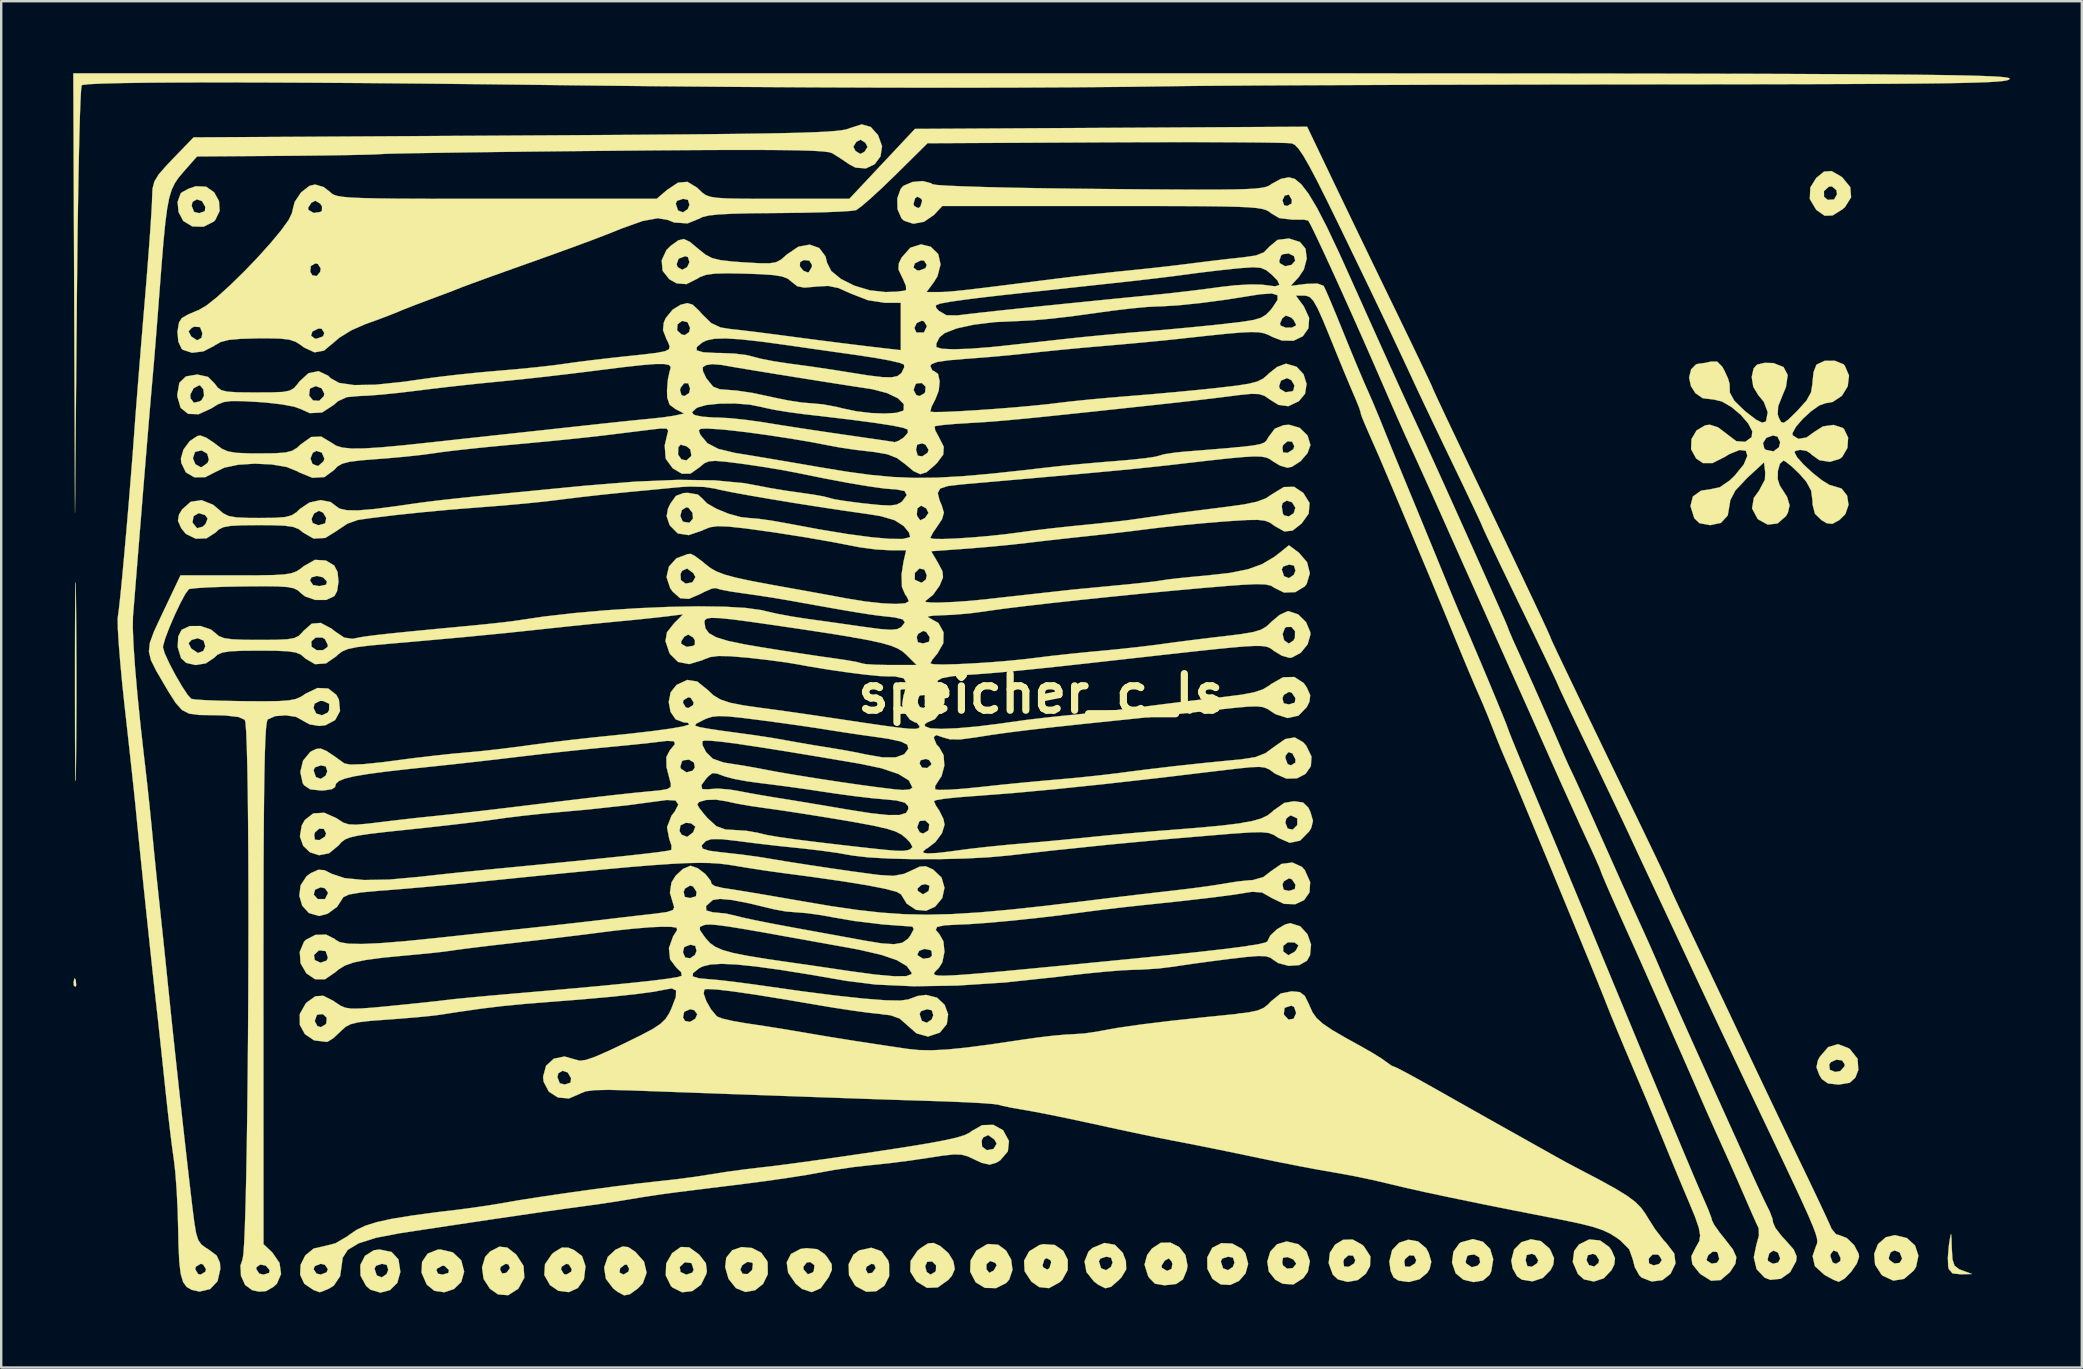
<source format=kicad_pcb>
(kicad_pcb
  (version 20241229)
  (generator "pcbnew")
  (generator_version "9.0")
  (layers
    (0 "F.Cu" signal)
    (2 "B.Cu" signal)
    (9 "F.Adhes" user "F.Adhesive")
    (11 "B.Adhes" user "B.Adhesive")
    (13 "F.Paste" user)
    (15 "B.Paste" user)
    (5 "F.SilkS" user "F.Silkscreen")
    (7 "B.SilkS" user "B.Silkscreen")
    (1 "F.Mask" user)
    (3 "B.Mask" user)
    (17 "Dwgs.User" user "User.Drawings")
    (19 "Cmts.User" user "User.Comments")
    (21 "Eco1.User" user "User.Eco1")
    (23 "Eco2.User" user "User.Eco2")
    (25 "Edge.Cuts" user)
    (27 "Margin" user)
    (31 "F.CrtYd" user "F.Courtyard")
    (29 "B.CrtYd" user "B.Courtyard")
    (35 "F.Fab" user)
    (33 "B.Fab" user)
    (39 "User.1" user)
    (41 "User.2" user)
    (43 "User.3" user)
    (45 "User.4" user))
  (footprint "speicher_c_ls"
    (layer "F.Cu")
    (at 40.346 25.853)
    (property "Reference" "speicher_c_ls" (at 0 0 0) (layer "F.SilkS") (effects (font (size 1.524 1.524) (thickness 0.3))))
    (attr through_hole)
    (fp_poly (pts (xy -40.239 11.925) (xy -40.221 12.158) (xy -40.251 12.211) (xy -40.319 12.167) (xy -40.329 12.015) (xy -40.293 11.856) (xy -40.239 11.925)) (stroke (width 0.01) (type solid)) (fill yes) (layer "F.SilkS"))
    (fp_poly (pts (xy 37.916 22.694) (xy 37.929 23.109) (xy 37.958 23.573) (xy 38.042 23.831) (xy 38.222 23.974) (xy 38.361 24.031) (xy 38.772 24.181) (xy 38.304 24.193) (xy 37.958 24.155) (xy 37.805 23.978) (xy 37.779 23.869) (xy 37.765 23.5) (xy 37.803 23.024) (xy 37.815 22.935) (xy 37.87 22.6) (xy 37.9 22.513) (xy 37.916 22.694)) (stroke (width 0.01) (type solid)) (fill yes) (layer "F.SilkS"))
    (fp_poly (pts (xy -40.239 -4.454) (xy -40.231 -3.981) (xy -40.229 -3.837) (xy -40.218 -2.57) (xy -40.212 -1.135) (xy -40.212 0.347) (xy -40.218 1.759) (xy -40.229 2.886) (xy -40.238 3.405) (xy -40.246 3.638) (xy -40.253 3.598) (xy -40.259 3.298) (xy -40.264 2.751) (xy -40.269 1.97) (xy -40.271 0.967) (xy -40.272 -0.243) (xy -40.272 -0.523) (xy -40.272 -1.772) (xy -40.269 -2.813) (xy -40.265 -3.633) (xy -40.26 -4.22) (xy -40.254 -4.56) (xy -40.247 -4.643) (xy -40.239 -4.454)) (stroke (width 0.01) (type solid)) (fill yes) (layer "F.SilkS"))
    (fp_poly (pts (xy -27.081 23.261) (xy -26.794 23.571) (xy -26.713 24.093) (xy -26.843 24.553) (xy -27.148 24.852) (xy -27.547 24.957) (xy -27.958 24.834) (xy -28.141 24.679) (xy -28.376 24.246) (xy -28.38 23.956) (xy -27.791 23.956) (xy -27.696 24.24) (xy -27.491 24.32) (xy -27.289 24.186) (xy -27.219 24.006) (xy -27.283 23.8) (xy -27.481 23.756) (xy -27.729 23.837) (xy -27.791 23.956) (xy -28.38 23.956) (xy -28.381 23.8) (xy -28.187 23.422) (xy -27.822 23.192) (xy -27.58 23.159) (xy -27.081 23.261)) (stroke (width 0.01) (type solid)) (fill yes) (layer "F.SilkS"))
    (fp_poly (pts (xy -24.526 23.28) (xy -24.178 23.61) (xy -24.055 24.081) (xy -24.176 24.511) (xy -24.482 24.808) (xy -24.884 24.942) (xy -25.296 24.882) (xy -25.616 24.62) (xy -25.832 24.128) (xy -25.827 24.018) (xy -25.213 24.018) (xy -25.144 24.168) (xy -24.952 24.205) (xy -24.715 24.136) (xy -24.69 24.018) (xy -24.874 23.844) (xy -24.952 23.831) (xy -25.176 23.949) (xy -25.213 24.018) (xy -25.827 24.018) (xy -25.811 23.677) (xy -25.58 23.334) (xy -25.166 23.166) (xy -25.044 23.159) (xy -24.526 23.28)) (stroke (width 0.01) (type solid)) (fill yes) (layer "F.SilkS"))
    (fp_poly (pts (xy -6.67 23.232) (xy -6.394 23.607) (xy -6.351 23.754) (xy -6.348 24.276) (xy -6.548 24.671) (xy -6.887 24.899) (xy -7.301 24.92) (xy -7.725 24.694) (xy -7.778 24.644) (xy -8.021 24.228) (xy -8.029 23.993) (xy -7.321 23.993) (xy -7.234 24.157) (xy -7.055 24.131) (xy -6.907 23.934) (xy -6.972 23.781) (xy -7.085 23.756) (xy -7.29 23.877) (xy -7.321 23.993) (xy -8.029 23.993) (xy -8.037 23.772) (xy -7.837 23.375) (xy -7.596 23.196) (xy -7.093 23.085) (xy -6.67 23.232)) (stroke (width 0.01) (type solid)) (fill yes) (layer "F.SilkS"))
    (fp_poly (pts (xy -1.808 22.959) (xy -1.477 23.202) (xy -1.264 23.579) (xy -1.208 24.01) (xy -1.346 24.415) (xy -1.469 24.555) (xy -1.894 24.77) (xy -2.361 24.758) (xy -2.741 24.529) (xy -2.973 24.084) (xy -2.961 23.772) (xy -2.295 23.772) (xy -2.292 23.989) (xy -2.173 24.131) (xy -1.993 24.036) (xy -1.87 23.821) (xy -1.923 23.716) (xy -2.14 23.64) (xy -2.295 23.772) (xy -2.961 23.772) (xy -2.955 23.614) (xy -2.715 23.207) (xy -2.281 22.947) (xy -2.221 22.931) (xy -1.808 22.959)) (stroke (width 0.01) (type solid)) (fill yes) (layer "F.SilkS"))
    (fp_poly (pts (xy -22.26 23.078) (xy -21.893 23.365) (xy -21.882 23.376) (xy -21.58 23.844) (xy -21.549 24.334) (xy -21.792 24.78) (xy -21.814 24.802) (xy -22.224 25.065) (xy -22.642 25.03) (xy -22.981 24.797) (xy -23.246 24.386) (xy -23.3 23.993) (xy -22.561 23.993) (xy -22.474 24.157) (xy -22.295 24.131) (xy -22.147 23.934) (xy -22.212 23.781) (xy -22.325 23.756) (xy -22.53 23.877) (xy -22.561 23.993) (xy -23.3 23.993) (xy -23.312 23.906) (xy -23.181 23.465) (xy -22.976 23.242) (xy -22.588 23.041) (xy -22.26 23.078)) (stroke (width 0.01) (type solid)) (fill yes) (layer "F.SilkS"))
    (fp_poly (pts (xy -17.217 23.061) (xy -16.928 23.251) (xy -16.56 23.666) (xy -16.453 24.127) (xy -16.611 24.568) (xy -16.821 24.785) (xy -17.154 25.024) (xy -17.389 25.071) (xy -17.658 24.927) (xy -17.843 24.785) (xy -18.15 24.384) (xy -18.192 24.118) (xy -17.582 24.118) (xy -17.419 24.205) (xy -17.213 24.084) (xy -17.182 23.968) (xy -17.269 23.794) (xy -17.36 23.791) (xy -17.557 23.939) (xy -17.582 24.118) (xy -18.192 24.118) (xy -18.224 23.912) (xy -18.072 23.466) (xy -17.749 23.167) (xy -17.45 23.031) (xy -17.217 23.061)) (stroke (width 0.01) (type solid)) (fill yes) (layer "F.SilkS"))
    (fp_poly (pts (xy 0.554 22.97) (xy 0.905 23.213) (xy 1.095 23.587) (xy 1.092 24.017) (xy 0.864 24.427) (xy 0.755 24.527) (xy 0.312 24.77) (xy -0.097 24.726) (xy -0.42 24.498) (xy -0.702 24.071) (xy -0.716 23.82) (xy 0.043 23.82) (xy 0.075 23.906) (xy 0.24 23.995) (xy 0.333 23.932) (xy 0.405 23.693) (xy 0.374 23.607) (xy 0.208 23.518) (xy 0.116 23.581) (xy 0.043 23.82) (xy -0.716 23.82) (xy -0.726 23.625) (xy -0.514 23.234) (xy -0.092 22.976) (xy 0.075 22.935) (xy 0.554 22.97)) (stroke (width 0.01) (type solid)) (fill yes) (layer "F.SilkS"))
    (fp_poly (pts (xy 7.945 22.912) (xy 8.343 23.125) (xy 8.496 23.317) (xy 8.611 23.756) (xy 8.502 24.156) (xy 8.233 24.465) (xy 7.867 24.636) (xy 7.469 24.616) (xy 7.127 24.387) (xy 6.911 23.963) (xy 6.908 23.657) (xy 7.471 23.657) (xy 7.565 23.942) (xy 7.77 24.021) (xy 7.972 23.887) (xy 8.042 23.707) (xy 7.978 23.501) (xy 7.78 23.458) (xy 7.532 23.538) (xy 7.471 23.657) (xy 6.908 23.657) (xy 6.907 23.486) (xy 7.115 23.088) (xy 7.116 23.087) (xy 7.497 22.893) (xy 7.945 22.912)) (stroke (width 0.01) (type solid)) (fill yes) (layer "F.SilkS"))
    (fp_poly (pts (xy 10.707 22.94) (xy 11.041 23.241) (xy 11.183 23.649) (xy 11.098 24.089) (xy 10.907 24.354) (xy 10.494 24.617) (xy 10.053 24.588) (xy 9.745 24.42) (xy 9.47 24.078) (xy 9.415 23.703) (xy 10.03 23.703) (xy 10.061 23.822) (xy 10.233 23.958) (xy 10.468 23.932) (xy 10.606 23.768) (xy 10.608 23.736) (xy 10.488 23.572) (xy 10.245 23.474) (xy 10.06 23.507) (xy 10.03 23.703) (xy 9.415 23.703) (xy 9.408 23.657) (xy 9.532 23.247) (xy 9.815 22.939) (xy 10.214 22.823) (xy 10.707 22.94)) (stroke (width 0.01) (type solid)) (fill yes) (layer "F.SilkS"))
    (fp_poly (pts (xy 13.373 22.97) (xy 13.441 23.038) (xy 13.705 23.447) (xy 13.689 23.852) (xy 13.513 24.171) (xy 13.182 24.431) (xy 12.756 24.51) (xy 12.353 24.407) (xy 12.138 24.207) (xy 11.965 23.728) (xy 11.973 23.658) (xy 12.576 23.658) (xy 12.607 23.866) (xy 12.798 23.88) (xy 13.029 23.735) (xy 13.074 23.605) (xy 12.98 23.415) (xy 12.784 23.404) (xy 12.61 23.559) (xy 12.576 23.658) (xy 11.973 23.658) (xy 12.015 23.295) (xy 12.234 22.954) (xy 12.569 22.754) (xy 12.967 22.743) (xy 13.373 22.97)) (stroke (width 0.01) (type solid)) (fill yes) (layer "F.SilkS"))
    (fp_poly (pts (xy 23.274 22.783) (xy 23.657 23.057) (xy 23.752 23.196) (xy 23.896 23.522) (xy 23.866 23.788) (xy 23.752 24.018) (xy 23.426 24.362) (xy 23.01 24.494) (xy 22.6 24.404) (xy 22.351 24.18) (xy 22.135 23.678) (xy 22.144 23.613) (xy 22.709 23.613) (xy 22.813 23.809) (xy 23.03 23.87) (xy 23.206 23.723) (xy 23.234 23.597) (xy 23.109 23.395) (xy 22.972 23.337) (xy 22.762 23.401) (xy 22.709 23.613) (xy 22.144 23.613) (xy 22.195 23.218) (xy 22.399 22.947) (xy 22.821 22.74) (xy 23.274 22.783)) (stroke (width 0.01) (type solid)) (fill yes) (layer "F.SilkS"))
    (fp_poly (pts (xy 36.056 22.681) (xy 36.397 22.991) (xy 36.539 23.415) (xy 36.442 23.879) (xy 36.345 24.036) (xy 35.942 24.384) (xy 35.49 24.457) (xy 35.045 24.248) (xy 34.998 24.205) (xy 34.733 23.796) (xy 34.708 23.51) (xy 35.3 23.51) (xy 35.328 23.594) (xy 35.533 23.742) (xy 35.757 23.717) (xy 35.859 23.541) (xy 35.759 23.282) (xy 35.54 23.198) (xy 35.381 23.278) (xy 35.3 23.51) (xy 34.708 23.51) (xy 34.694 23.345) (xy 34.853 22.934) (xy 35.181 22.647) (xy 35.558 22.561) (xy 36.056 22.681)) (stroke (width 0.01) (type solid)) (fill yes) (layer "F.SilkS"))
    (fp_poly (pts (xy -34.809 -21.124) (xy -34.474 -20.892) (xy -34.272 -20.528) (xy -34.243 -20.114) (xy -34.43 -19.729) (xy -34.489 -19.671) (xy -34.914 -19.456) (xy -35.381 -19.468) (xy -35.761 -19.697) (xy -35.957 -20.067) (xy -35.981 -20.331) (xy -35.411 -20.331) (xy -35.312 -20.076) (xy -35.101 -20.021) (xy -34.863 -20.102) (xy -34.841 -20.281) (xy -34.98 -20.523) (xy -35.195 -20.596) (xy -35.372 -20.491) (xy -35.411 -20.331) (xy -35.981 -20.331) (xy -35.996 -20.491) (xy -35.873 -20.833) (xy -35.821 -20.887) (xy -35.537 -21.041) (xy -35.236 -21.143) (xy -34.809 -21.124)) (stroke (width 0.01) (type solid)) (fill yes) (layer "F.SilkS"))
    (fp_poly (pts (xy -19.478 23.181) (xy -19.144 23.432) (xy -19.008 23.828) (xy -19.002 23.884) (xy -19.065 24.403) (xy -19.32 24.766) (xy -19.698 24.937) (xy -20.132 24.881) (xy -20.478 24.644) (xy -20.717 24.225) (xy -20.701 23.981) (xy -20.021 23.981) (xy -19.902 24.179) (xy -19.797 24.205) (xy -19.599 24.085) (xy -19.573 23.981) (xy -19.693 23.783) (xy -19.797 23.756) (xy -19.995 23.876) (xy -20.021 23.981) (xy -20.701 23.981) (xy -20.688 23.77) (xy -20.399 23.351) (xy -20.3 23.269) (xy -19.99 23.08) (xy -19.726 23.079) (xy -19.478 23.181)) (stroke (width 0.01) (type solid)) (fill yes) (layer "F.SilkS"))
    (fp_poly (pts (xy -12.064 23.096) (xy -11.678 23.293) (xy -11.431 23.638) (xy -11.411 23.703) (xy -11.405 24.19) (xy -11.6 24.592) (xy -11.932 24.856) (xy -12.334 24.93) (xy -12.731 24.771) (xy -13.04 24.384) (xy -13.151 23.997) (xy -12.551 23.997) (xy -12.451 24.174) (xy -12.243 24.182) (xy -12.065 24.02) (xy -12.054 23.995) (xy -12.026 23.762) (xy -12.053 23.707) (xy -12.252 23.675) (xy -12.466 23.809) (xy -12.551 23.997) (xy -13.151 23.997) (xy -13.181 23.891) (xy -13.136 23.499) (xy -12.885 23.188) (xy -12.497 23.057) (xy -12.064 23.096)) (stroke (width 0.01) (type solid)) (fill yes) (layer "F.SilkS"))
    (fp_poly (pts (xy -9.341 23.146) (xy -9.032 23.355) (xy -8.934 23.475) (xy -8.744 23.768) (xy -8.733 24.007) (xy -8.87 24.316) (xy -9.202 24.774) (xy -9.571 24.936) (xy -9.98 24.803) (xy -10.241 24.585) (xy -10.557 24.128) (xy -10.591 23.883) (xy -9.924 23.883) (xy -9.91 23.993) (xy -9.738 24.191) (xy -9.533 24.116) (xy -9.488 24.055) (xy -9.461 23.813) (xy -9.635 23.682) (xy -9.782 23.701) (xy -9.924 23.883) (xy -10.591 23.883) (xy -10.616 23.694) (xy -10.438 23.344) (xy -10.039 23.135) (xy -9.786 23.103) (xy -9.341 23.146)) (stroke (width 0.01) (type solid)) (fill yes) (layer "F.SilkS"))
    (fp_poly (pts (xy -4.216 23.017) (xy -3.873 23.316) (xy -3.672 23.647) (xy -3.611 23.975) (xy -3.735 24.256) (xy -3.883 24.427) (xy -4.324 24.741) (xy -4.774 24.757) (xy -5.21 24.49) (xy -5.47 24.079) (xy -5.462 23.858) (xy -4.847 23.858) (xy -4.784 24.094) (xy -4.625 24.205) (xy -4.44 24.096) (xy -4.4 24.042) (xy -4.393 23.82) (xy -4.558 23.659) (xy -4.762 23.67) (xy -4.847 23.858) (xy -5.462 23.858) (xy -5.454 23.634) (xy -5.167 23.211) (xy -5.036 23.102) (xy -4.728 22.904) (xy -4.495 22.886) (xy -4.216 23.017)) (stroke (width 0.01) (type solid)) (fill yes) (layer "F.SilkS"))
    (fp_poly (pts (xy 3.054 22.96) (xy 3.384 23.292) (xy 3.517 23.637) (xy 3.529 23.99) (xy 3.334 24.315) (xy 3.233 24.421) (xy 2.908 24.709) (xy 2.657 24.775) (xy 2.363 24.626) (xy 2.187 24.493) (xy 1.872 24.099) (xy 1.794 23.657) (xy 2.391 23.657) (xy 2.485 23.942) (xy 2.69 24.021) (xy 2.892 23.887) (xy 2.962 23.707) (xy 2.898 23.501) (xy 2.7 23.458) (xy 2.452 23.538) (xy 2.391 23.657) (xy 1.794 23.657) (xy 1.793 23.656) (xy 1.955 23.251) (xy 2.125 23.093) (xy 2.617 22.887) (xy 3.054 22.96)) (stroke (width 0.01) (type solid)) (fill yes) (layer "F.SilkS"))
    (fp_poly (pts (xy 20.811 22.812) (xy 21.161 23.114) (xy 21.212 23.196) (xy 21.356 23.522) (xy 21.326 23.788) (xy 21.212 24.018) (xy 20.887 24.347) (xy 20.452 24.487) (xy 20.018 24.417) (xy 19.816 24.277) (xy 19.631 23.947) (xy 19.573 23.62) (xy 19.576 23.607) (xy 20.171 23.607) (xy 20.246 23.852) (xy 20.432 23.877) (xy 20.654 23.73) (xy 20.694 23.607) (xy 20.569 23.396) (xy 20.432 23.337) (xy 20.22 23.389) (xy 20.171 23.607) (xy 19.576 23.607) (xy 19.692 23.159) (xy 19.993 22.856) (xy 20.394 22.733) (xy 20.811 22.812)) (stroke (width 0.01) (type solid)) (fill yes) (layer "F.SilkS"))
    (fp_poly (pts (xy 33.313 -21.551) (xy 33.373 -21.504) (xy 33.698 -21.106) (xy 33.733 -20.681) (xy 33.478 -20.272) (xy 33.373 -20.181) (xy 32.96 -19.925) (xy 32.629 -19.915) (xy 32.294 -20.149) (xy 32.273 -20.171) (xy 32.013 -20.611) (xy 32.027 -20.937) (xy 32.601 -20.937) (xy 32.607 -20.702) (xy 32.759 -20.575) (xy 33.024 -20.593) (xy 33.147 -20.807) (xy 33.12 -20.98) (xy 32.931 -21.139) (xy 32.802 -21.123) (xy 32.601 -20.937) (xy 32.027 -20.937) (xy 32.034 -21.09) (xy 32.279 -21.487) (xy 32.607 -21.754) (xy 32.922 -21.775) (xy 33.313 -21.551)) (stroke (width 0.01) (type solid)) (fill yes) (layer "F.SilkS"))
    (fp_poly (pts (xy -14.678 23.069) (xy -14.282 23.357) (xy -14.248 23.39) (xy -13.985 23.731) (xy -13.942 24.063) (xy -13.964 24.175) (xy -14.189 24.629) (xy -14.552 24.894) (xy -14.973 24.942) (xy -15.373 24.746) (xy -15.441 24.679) (xy -15.657 24.239) (xy -15.644 23.887) (xy -15.073 23.887) (xy -15.041 24.097) (xy -14.808 24.204) (xy -14.792 24.205) (xy -14.549 24.122) (xy -14.493 24.005) (xy -14.583 23.727) (xy -14.835 23.693) (xy -14.881 23.708) (xy -15.073 23.887) (xy -15.644 23.887) (xy -15.638 23.741) (xy -15.389 23.308) (xy -15.028 23.054) (xy -14.678 23.069)) (stroke (width 0.01) (type solid)) (fill yes) (layer "F.SilkS"))
    (fp_poly (pts (xy 5.739 23.057) (xy 6 23.392) (xy 6.084 23.833) (xy 6.056 24.015) (xy 5.895 24.403) (xy 5.612 24.596) (xy 5.125 24.651) (xy 5.121 24.651) (xy 4.727 24.585) (xy 4.479 24.329) (xy 4.432 24.242) (xy 4.304 23.827) (xy 5.004 23.827) (xy 5.016 23.923) (xy 5.231 24.051) (xy 5.418 23.966) (xy 5.453 23.767) (xy 5.426 23.663) (xy 5.304 23.531) (xy 5.139 23.62) (xy 5.004 23.827) (xy 4.304 23.827) (xy 4.293 23.79) (xy 4.402 23.388) (xy 4.6 23.121) (xy 4.968 22.879) (xy 5.371 22.872) (xy 5.739 23.057)) (stroke (width 0.01) (type solid)) (fill yes) (layer "F.SilkS"))
    (fp_poly (pts (xy 15.688 22.821) (xy 16.026 23.106) (xy 16.135 23.305) (xy 16.242 23.673) (xy 16.172 23.969) (xy 16.076 24.129) (xy 15.75 24.399) (xy 15.307 24.514) (xy 14.875 24.454) (xy 14.672 24.324) (xy 14.547 24.057) (xy 14.493 23.663) (xy 14.493 23.658) (xy 15.116 23.658) (xy 15.147 23.866) (xy 15.338 23.88) (xy 15.569 23.735) (xy 15.614 23.605) (xy 15.52 23.415) (xy 15.324 23.404) (xy 15.15 23.559) (xy 15.116 23.658) (xy 14.493 23.658) (xy 14.493 23.655) (xy 14.608 23.185) (xy 14.898 22.878) (xy 15.285 22.751) (xy 15.688 22.821)) (stroke (width 0.01) (type solid)) (fill yes) (layer "F.SilkS"))
    (fp_poly (pts (xy 18.393 22.836) (xy 18.692 23.134) (xy 18.823 23.563) (xy 18.739 24.069) (xy 18.671 24.215) (xy 18.396 24.452) (xy 17.993 24.518) (xy 17.576 24.416) (xy 17.258 24.153) (xy 17.254 24.146) (xy 17.104 23.703) (xy 17.108 23.671) (xy 17.67 23.671) (xy 17.697 23.743) (xy 17.927 23.897) (xy 18.181 23.829) (xy 18.278 23.694) (xy 18.239 23.486) (xy 18.034 23.367) (xy 17.793 23.398) (xy 17.738 23.44) (xy 17.67 23.671) (xy 17.108 23.671) (xy 17.163 23.251) (xy 17.41 22.906) (xy 17.489 22.856) (xy 17.976 22.725) (xy 18.393 22.836)) (stroke (width 0.01) (type solid)) (fill yes) (layer "F.SilkS"))
    (fp_poly (pts (xy 33.629 14.771) (xy 33.683 14.811) (xy 34.004 15.211) (xy 34.035 15.678) (xy 33.911 15.997) (xy 33.678 16.212) (xy 33.248 16.285) (xy 33.189 16.286) (xy 32.77 16.24) (xy 32.519 16.063) (xy 32.416 15.901) (xy 32.289 15.571) (xy 32.313 15.454) (xy 32.82 15.454) (xy 32.849 15.672) (xy 33.073 15.762) (xy 33.281 15.725) (xy 33.453 15.535) (xy 33.468 15.448) (xy 33.358 15.281) (xy 33.12 15.25) (xy 32.889 15.353) (xy 32.82 15.454) (xy 32.313 15.454) (xy 32.35 15.279) (xy 32.428 15.132) (xy 32.778 14.726) (xy 33.188 14.603) (xy 33.629 14.771)) (stroke (width 0.01) (type solid)) (fill yes) (layer "F.SilkS"))
    (fp_poly (pts (xy 4.14 -25.848) (xy 7.991 -25.848) (xy 11.564 -25.847) (xy 14.869 -25.846) (xy 17.915 -25.844) (xy 20.714 -25.842) (xy 23.275 -25.839) (xy 25.608 -25.836) (xy 27.725 -25.831) (xy 29.634 -25.827) (xy 31.346 -25.821) (xy 32.871 -25.814) (xy 34.22 -25.807) (xy 35.402 -25.798) (xy 36.428 -25.789) (xy 37.309 -25.778) (xy 38.053 -25.767) (xy 38.672 -25.754) (xy 39.175 -25.739) (xy 39.573 -25.724) (xy 39.876 -25.707) (xy 40.094 -25.689) (xy 40.238 -25.669) (xy 40.317 -25.648) (xy 40.341 -25.625) (xy 40.341 -25.624) (xy 40.315 -25.588) (xy 40.227 -25.556) (xy 40.06 -25.527) (xy 39.798 -25.502) (xy 39.424 -25.48) (xy 38.923 -25.462) (xy 38.277 -25.446) (xy 37.471 -25.432) (xy 36.488 -25.421) (xy 35.312 -25.412) (xy 33.926 -25.405) (xy 32.314 -25.399) (xy 30.46 -25.394) (xy 28.348 -25.391) (xy 25.96 -25.388) (xy 24.765 -25.387) (xy 22.54 -25.384) (xy 20.336 -25.381) (xy 18.179 -25.376) (xy 16.096 -25.371) (xy 14.112 -25.364) (xy 12.255 -25.357) (xy 10.551 -25.35) (xy 9.025 -25.342) (xy 7.705 -25.333) (xy 6.617 -25.325) (xy 5.787 -25.316) (xy 5.454 -25.311) (xy 3.483 -25.284) (xy 1.247 -25.265) (xy -1.219 -25.253) (xy -3.882 -25.249) (xy -6.708 -25.253) (xy -9.662 -25.264) (xy -12.71 -25.283) (xy -15.82 -25.309) (xy -18.956 -25.342) (xy -20.395 -25.36) (xy -23.151 -25.393) (xy -25.742 -25.42) (xy -28.156 -25.442) (xy -30.38 -25.457) (xy -32.404 -25.466) (xy -34.215 -25.47) (xy -35.801 -25.467) (xy -37.152 -25.458) (xy -38.255 -25.443) (xy -39.098 -25.423) (xy -39.671 -25.396) (xy -39.96 -25.363) (xy -39.993 -25.35) (xy -40.016 -25.182) (xy -40.041 -24.742) (xy -40.067 -24.056) (xy -40.092 -23.15) (xy -40.116 -22.052) (xy -40.139 -20.787) (xy -40.161 -19.383) (xy -40.179 -17.865) (xy -40.194 -16.386) (xy -40.271 -7.545) (xy -40.306 -16.697) (xy -40.341 -25.848) (xy 0 -25.848) (xy 4.14 -25.848)) (stroke (width 0.01) (type solid)) (fill yes) (layer "F.SilkS"))
    (fp_poly (pts (xy -1.606 18.187) (xy -1.592 18.203) (xy -1.355 18.64) (xy -1.402 19.072) (xy -1.719 19.443) (xy -1.885 19.545) (xy -2.16 19.624) (xy -2.49 19.55) (xy -2.778 19.417) (xy -3.07 19.28) (xy -3.332 19.208) (xy -3.647 19.198) (xy -4.097 19.246) (xy -4.703 19.339) (xy -5.471 19.453) (xy -6.282 19.557) (xy -6.984 19.633) (xy -7.097 19.643) (xy -7.835 19.725) (xy -8.652 19.846) (xy -9.189 19.944) (xy -9.749 20.046) (xy -10.508 20.166) (xy -11.367 20.291) (xy -12.228 20.404) (xy -12.252 20.407) (xy -13.101 20.513) (xy -13.942 20.617) (xy -14.68 20.709) (xy -15.22 20.776) (xy -15.24 20.779) (xy -15.941 20.874) (xy -16.692 20.989) (xy -17.108 21.059) (xy -17.734 21.162) (xy -18.486 21.275) (xy -19.14 21.365) (xy -19.774 21.451) (xy -20.659 21.576) (xy -21.749 21.734) (xy -22.999 21.918) (xy -24.363 22.122) (xy -25.796 22.338) (xy -26.726 22.48) (xy -27.727 22.671) (xy -28.449 22.9) (xy -28.906 23.175) (xy -29.118 23.504) (xy -29.137 23.655) (xy -29.224 24.271) (xy -29.486 24.665) (xy -29.678 24.784) (xy -29.958 24.903) (xy -30.076 24.94) (xy -30.222 24.887) (xy -30.331 24.848) (xy -30.717 24.588) (xy -30.89 24.212) (xy -30.879 23.981) (xy -30.331 23.981) (xy -30.206 24.163) (xy -30.032 24.205) (xy -29.788 24.111) (xy -29.733 23.981) (xy -29.858 23.798) (xy -30.032 23.756) (xy -30.275 23.85) (xy -30.331 23.981) (xy -30.879 23.981) (xy -30.87 23.793) (xy -30.676 23.405) (xy -30.326 23.119) (xy -29.845 23.009) (xy -29.42 22.901) (xy -28.927 22.613) (xy -28.834 22.542) (xy -28.537 22.339) (xy -28.17 22.167) (xy -27.693 22.017) (xy -27.064 21.88) (xy -26.243 21.746) (xy -25.189 21.604) (xy -24.429 21.513) (xy -23.723 21.422) (xy -23.005 21.317) (xy -22.427 21.22) (xy -22.412 21.218) (xy -21.75 21.103) (xy -20.871 20.965) (xy -19.857 20.816) (xy -18.787 20.666) (xy -17.743 20.526) (xy -16.805 20.409) (xy -16.053 20.325) (xy -15.987 20.318) (xy -15.238 20.235) (xy -14.454 20.132) (xy -13.794 20.03) (xy -13.746 20.022) (xy -13.088 19.918) (xy -12.304 19.812) (xy -11.579 19.728) (xy -11.083 19.67) (xy -10.352 19.575) (xy -9.446 19.45) (xy -8.425 19.305) (xy -7.349 19.148) (xy -6.808 19.067) (xy -5.634 18.886) (xy -4.721 18.736) (xy -4.081 18.617) (xy -2.492 18.617) (xy -2.475 18.876) (xy -2.278 19.02) (xy -2.017 18.972) (xy -1.983 18.947) (xy -1.869 18.749) (xy -1.959 18.582) (xy -2.219 18.391) (xy -2.426 18.489) (xy -2.492 18.617) (xy -4.081 18.617) (xy -4.036 18.609) (xy -3.543 18.497) (xy -3.207 18.394) (xy -2.995 18.291) (xy -2.914 18.228) (xy -2.474 17.978) (xy -2.004 17.964) (xy -1.606 18.187)) (stroke (width 0.01) (type solid)) (fill yes) (layer "F.SilkS"))
    (fp_poly (pts (xy -29.821 -5.55) (xy -29.471 -5.342) (xy -29.331 -5.073) (xy -29.291 -4.668) (xy -29.351 -4.27) (xy -29.464 -4.064) (xy -29.806 -3.905) (xy -30.258 -3.905) (xy -30.685 -4.051) (xy -30.858 -4.189) (xy -30.988 -4.309) (xy -31.159 -4.392) (xy -31.421 -4.443) (xy -31.827 -4.469) (xy -32.429 -4.475) (xy -33.255 -4.469) (xy -34.029 -4.454) (xy -34.697 -4.43) (xy -35.204 -4.399) (xy -35.489 -4.364) (xy -35.526 -4.352) (xy -35.67 -4.164) (xy -35.878 -3.779) (xy -36.113 -3.284) (xy -36.337 -2.762) (xy -36.513 -2.299) (xy -36.602 -1.979) (xy -36.606 -1.93) (xy -36.532 -1.68) (xy -36.344 -1.269) (xy -36.09 -0.785) (xy -35.818 -0.317) (xy -35.578 0.047) (xy -35.427 0.214) (xy -35.238 0.244) (xy -34.809 0.272) (xy -34.196 0.294) (xy -33.458 0.309) (xy -33.205 0.312) (xy -32.365 0.317) (xy -31.766 0.308) (xy -31.353 0.278) (xy -31.067 0.22) (xy -30.853 0.128) (xy -30.658 -0.003) (xy -30.167 -0.237) (xy -29.72 -0.216) (xy -29.38 0.049) (xy -29.275 0.248) (xy -29.227 0.72) (xy -29.428 1.097) (xy -29.832 1.315) (xy -30.092 1.345) (xy -30.492 1.281) (xy -30.772 1.129) (xy -30.779 1.121) (xy -31.065 0.965) (xy -31.497 0.902) (xy -31.935 0.937) (xy -32.241 1.074) (xy -32.243 1.076) (xy -32.279 1.184) (xy -32.311 1.442) (xy -32.337 1.866) (xy -32.36 2.471) (xy -32.378 3.272) (xy -32.393 4.285) (xy -32.405 5.525) (xy -32.413 7.009) (xy -32.417 8.751) (xy -32.42 10.768) (xy -32.42 12.095) (xy -32.417 22.935) (xy -32.046 23.287) (xy -31.748 23.721) (xy -31.685 24.182) (xy -31.859 24.585) (xy -32.007 24.719) (xy -32.313 24.894) (xy -32.602 24.916) (xy -32.893 24.852) (xy -33.182 24.639) (xy -33.356 24.257) (xy -33.37 23.97) (xy -32.721 23.97) (xy -32.595 24.164) (xy -32.41 24.205) (xy -32.182 24.133) (xy -32.161 24.018) (xy -32.322 23.832) (xy -32.548 23.786) (xy -32.706 23.892) (xy -32.721 23.97) (xy -33.37 23.97) (xy -33.377 23.827) (xy -33.294 23.583) (xy -33.257 23.373) (xy -33.223 22.896) (xy -33.192 22.179) (xy -33.163 21.251) (xy -33.137 20.141) (xy -33.114 18.879) (xy -33.094 17.492) (xy -33.077 16.009) (xy -33.063 14.459) (xy -33.053 12.871) (xy -33.047 11.273) (xy -33.044 9.695) (xy -33.045 8.164) (xy -33.05 6.71) (xy -33.059 5.361) (xy -33.072 4.147) (xy -33.09 3.094) (xy -33.112 2.234) (xy -33.138 1.593) (xy -33.169 1.202) (xy -33.196 1.089) (xy -33.46 0.972) (xy -34.009 0.908) (xy -34.509 0.896) (xy -35.103 0.888) (xy -35.511 0.833) (xy -35.81 0.682) (xy -35.886 0.598) (xy -30.331 0.598) (xy -30.221 0.828) (xy -29.983 0.9) (xy -29.75 0.794) (xy -29.685 0.687) (xy -29.679 0.421) (xy -29.93 0.305) (xy -30.057 0.299) (xy -30.288 0.416) (xy -30.331 0.598) (xy -35.886 0.598) (xy -36.075 0.389) (xy -36.383 -0.094) (xy -36.548 -0.374) (xy -36.891 -0.961) (xy -37.105 -1.393) (xy -37.192 -1.751) (xy -37.153 -2.115) (xy -36.99 -2.567) (xy -36.703 -3.187) (xy -36.598 -3.408) (xy -35.977 -4.717) (xy -30.48 -4.717) (xy -30.351 -4.527) (xy -30.094 -4.482) (xy -29.812 -4.541) (xy -29.77 -4.669) (xy -29.936 -4.846) (xy -30.195 -4.907) (xy -30.417 -4.846) (xy -30.48 -4.717) (xy -35.977 -4.717) (xy -35.875 -4.931) (xy -33.535 -4.931) (xy -32.649 -4.932) (xy -32.01 -4.942) (xy -31.564 -4.968) (xy -31.261 -5.016) (xy -31.047 -5.093) (xy -30.871 -5.207) (xy -30.746 -5.309) (xy -30.275 -5.576) (xy -29.821 -5.55)) (stroke (width 0.01) (type solid)) (fill yes) (layer "F.SilkS"))
    (fp_poly (pts (xy 33.408 -13.729) (xy 33.469 -13.671) (xy 33.647 -13.255) (xy 33.593 -12.807) (xy 33.352 -12.412) (xy 32.967 -12.155) (xy 32.667 -12.102) (xy 32.404 -12.007) (xy 32.065 -11.766) (xy 31.72 -11.45) (xy 31.439 -11.125) (xy 31.293 -10.862) (xy 31.298 -10.764) (xy 31.538 -10.617) (xy 31.876 -10.674) (xy 32.198 -10.907) (xy 32.561 -11.137) (xy 32.999 -11.198) (xy 33.378 -11.078) (xy 33.438 -11.027) (xy 33.61 -10.668) (xy 33.58 -10.239) (xy 33.367 -9.869) (xy 33.264 -9.786) (xy 32.85 -9.659) (xy 32.408 -9.729) (xy 32.076 -9.969) (xy 32.055 -10.001) (xy 31.872 -10.118) (xy 31.608 -10.159) (xy 31.407 -10.112) (xy 31.376 -10.054) (xy 31.487 -9.846) (xy 31.765 -9.537) (xy 32.132 -9.198) (xy 32.511 -8.897) (xy 32.824 -8.702) (xy 32.947 -8.666) (xy 33.336 -8.548) (xy 33.568 -8.252) (xy 33.627 -7.867) (xy 33.494 -7.48) (xy 33.244 -7.233) (xy 32.952 -7.075) (xy 32.722 -7.1) (xy 32.497 -7.233) (xy 32.227 -7.496) (xy 32.128 -7.879) (xy 32.124 -8.039) (xy 32.068 -8.462) (xy 31.862 -8.839) (xy 31.584 -9.156) (xy 31.254 -9.472) (xy 30.999 -9.673) (xy 30.914 -9.712) (xy 30.769 -9.584) (xy 30.683 -9.286) (xy 30.675 -8.941) (xy 30.758 -8.68) (xy 31.064 -8.202) (xy 31.172 -7.849) (xy 31.099 -7.537) (xy 31.021 -7.402) (xy 30.673 -7.093) (xy 30.259 -7.043) (xy 29.865 -7.26) (xy 29.831 -7.296) (xy 29.606 -7.718) (xy 29.679 -8.156) (xy 29.894 -8.454) (xy 30.141 -8.913) (xy 30.155 -9.211) (xy 30.106 -9.637) (xy 29.397 -8.983) (xy 28.909 -8.464) (xy 28.697 -8.057) (xy 28.687 -7.965) (xy 28.594 -7.426) (xy 28.311 -7.116) (xy 27.865 -7.022) (xy 27.415 -7.103) (xy 27.198 -7.311) (xy 27.04 -7.82) (xy 27.141 -8.217) (xy 27.48 -8.459) (xy 27.865 -8.516) (xy 28.263 -8.601) (xy 28.676 -8.886) (xy 28.881 -9.083) (xy 29.262 -9.553) (xy 29.411 -9.91) (xy 29.347 -10.121) (xy 29.087 -10.154) (xy 28.649 -9.976) (xy 28.463 -9.861) (xy 27.96 -9.608) (xy 27.565 -9.607) (xy 27.278 -9.797) (xy 27.065 -10.186) (xy 27.076 -10.442) (xy 30.062 -10.442) (xy 30.116 -10.215) (xy 30.183 -10.159) (xy 30.498 -10.096) (xy 30.727 -10.266) (xy 30.779 -10.475) (xy 30.666 -10.712) (xy 30.475 -10.758) (xy 30.2 -10.66) (xy 30.062 -10.442) (xy 27.076 -10.442) (xy 27.083 -10.608) (xy 27.295 -10.971) (xy 27.663 -11.184) (xy 27.85 -11.206) (xy 28.182 -11.101) (xy 28.524 -10.847) (xy 28.538 -10.832) (xy 28.95 -10.521) (xy 29.324 -10.495) (xy 29.589 -10.69) (xy 29.616 -10.931) (xy 29.445 -11.26) (xy 29.136 -11.618) (xy 28.75 -11.943) (xy 28.348 -12.175) (xy 28.021 -12.254) (xy 27.551 -12.31) (xy 27.247 -12.52) (xy 27.061 -12.812) (xy 26.982 -13.172) (xy 27.068 -13.515) (xy 27.278 -13.726) (xy 27.385 -13.748) (xy 27.67 -13.786) (xy 27.891 -13.837) (xy 28.154 -13.836) (xy 28.364 -13.624) (xy 28.453 -13.466) (xy 28.608 -13.125) (xy 28.672 -12.903) (xy 28.671 -12.891) (xy 28.682 -12.542) (xy 28.868 -12.205) (xy 29.27 -11.812) (xy 29.374 -11.725) (xy 29.778 -11.415) (xy 30.023 -11.293) (xy 30.165 -11.333) (xy 30.193 -11.37) (xy 30.258 -11.731) (xy 30.099 -12.155) (xy 29.864 -12.444) (xy 29.657 -12.783) (xy 29.592 -13.194) (xy 29.671 -13.554) (xy 29.815 -13.711) (xy 30.126 -13.785) (xy 30.5 -13.775) (xy 30.919 -13.61) (xy 31.092 -13.277) (xy 31.019 -12.776) (xy 30.882 -12.446) (xy 30.694 -11.975) (xy 30.676 -11.637) (xy 30.724 -11.489) (xy 30.817 -11.318) (xy 30.926 -11.286) (xy 31.114 -11.417) (xy 31.442 -11.736) (xy 31.497 -11.792) (xy 31.874 -12.212) (xy 32.064 -12.554) (xy 32.123 -12.921) (xy 32.124 -12.981) (xy 32.169 -13.396) (xy 32.281 -13.69) (xy 32.303 -13.716) (xy 32.632 -13.869) (xy 33.054 -13.872) (xy 33.408 -13.729)) (stroke (width 0.01) (type solid)) (fill yes) (layer "F.SilkS"))
    (fp_poly (pts (xy -7.115 -23.614) (xy -6.811 -23.274) (xy -6.643 -22.811) (xy -6.708 -22.387) (xy -6.951 -22.06) (xy -7.317 -21.885) (xy -7.75 -21.919) (xy -8.002 -22.051) (xy -8.394 -22.316) (xy -8.723 -22.522) (xy -8.855 -22.562) (xy -9.115 -22.594) (xy -9.522 -22.62) (xy -10.095 -22.638) (xy -10.853 -22.65) (xy -11.816 -22.656) (xy -13.001 -22.656) (xy -14.428 -22.65) (xy -16.116 -22.638) (xy -18.079 -22.62) (xy -19.705 -22.604) (xy -21.249 -22.587) (xy -22.685 -22.57) (xy -23.985 -22.553) (xy -25.121 -22.536) (xy -26.067 -22.521) (xy -26.796 -22.507) (xy -27.28 -22.495) (xy -27.492 -22.485) (xy -27.742 -22.47) (xy -28.245 -22.455) (xy -28.954 -22.441) (xy -29.824 -22.427) (xy -30.809 -22.416) (xy -31.526 -22.41) (xy -35.186 -22.384) (xy -35.762 -21.73) (xy -35.957 -21.498) (xy -36.114 -21.267) (xy -36.24 -21.001) (xy -36.344 -20.661) (xy -36.431 -20.21) (xy -36.509 -19.61) (xy -36.586 -18.824) (xy -36.669 -17.814) (xy -36.763 -16.585) (xy -36.834 -15.655) (xy -36.911 -14.683) (xy -36.985 -13.78) (xy -37.048 -13.054) (xy -37.053 -12.999) (xy -37.101 -12.444) (xy -37.169 -11.653) (xy -37.249 -10.687) (xy -37.338 -9.608) (xy -37.431 -8.478) (xy -37.488 -7.769) (xy -37.575 -6.688) (xy -37.658 -5.665) (xy -37.731 -4.751) (xy -37.792 -3.997) (xy -37.836 -3.452) (xy -37.856 -3.212) (xy -37.863 -2.732) (xy -37.831 -1.996) (xy -37.765 -1.045) (xy -37.666 0.083) (xy -37.538 1.346) (xy -37.385 2.705) (xy -37.351 2.988) (xy -37.265 3.743) (xy -37.169 4.635) (xy -37.081 5.507) (xy -37.058 5.752) (xy -36.976 6.599) (xy -36.882 7.531) (xy -36.793 8.382) (xy -36.77 8.591) (xy -36.699 9.251) (xy -36.608 10.107) (xy -36.509 11.057) (xy -36.412 11.999) (xy -36.394 12.177) (xy -36.259 13.476) (xy -36.106 14.918) (xy -35.943 16.425) (xy -35.778 17.922) (xy -35.62 19.332) (xy -35.477 20.576) (xy -35.388 21.331) (xy -35.301 22.021) (xy -35.225 22.479) (xy -35.134 22.767) (xy -35.007 22.95) (xy -34.818 23.091) (xy -34.709 23.156) (xy -34.368 23.411) (xy -34.232 23.709) (xy -34.215 23.967) (xy -34.331 24.48) (xy -34.64 24.809) (xy -35.083 24.913) (xy -35.411 24.841) (xy -35.618 24.721) (xy -35.766 24.518) (xy -35.865 24.185) (xy -35.89 23.981) (xy -35.261 23.981) (xy -35.142 24.179) (xy -35.037 24.205) (xy -34.839 24.085) (xy -34.813 23.981) (xy -34.933 23.783) (xy -35.037 23.756) (xy -35.235 23.876) (xy -35.261 23.981) (xy -35.89 23.981) (xy -35.926 23.675) (xy -35.96 22.941) (xy -35.971 22.365) (xy -35.994 21.52) (xy -36.036 20.681) (xy -36.091 19.947) (xy -36.151 19.424) (xy -36.222 18.915) (xy -36.312 18.195) (xy -36.411 17.349) (xy -36.508 16.462) (xy -36.534 16.211) (xy -36.631 15.292) (xy -36.731 14.354) (xy -36.824 13.496) (xy -36.901 12.815) (xy -36.914 12.7) (xy -36.974 12.162) (xy -37.058 11.39) (xy -37.158 10.448) (xy -37.269 9.398) (xy -37.383 8.304) (xy -37.494 7.229) (xy -37.596 6.237) (xy -37.681 5.391) (xy -37.743 4.754) (xy -37.755 4.632) (xy -37.79 4.287) (xy -37.853 3.699) (xy -37.937 2.921) (xy -38.038 2.008) (xy -38.148 1.012) (xy -38.194 0.605) (xy -38.3 -0.39) (xy -38.386 -1.31) (xy -38.45 -2.104) (xy -38.487 -2.722) (xy -38.493 -3.116) (xy -38.485 -3.205) (xy -38.443 -3.513) (xy -38.382 -4.071) (xy -38.307 -4.831) (xy -38.223 -5.746) (xy -38.132 -6.766) (xy -38.04 -7.845) (xy -37.951 -8.934) (xy -37.868 -9.985) (xy -37.8 -10.907) (xy -37.752 -11.564) (xy -37.683 -12.449) (xy -37.6 -13.493) (xy -37.508 -14.625) (xy -37.413 -15.777) (xy -37.37 -16.286) (xy -37.283 -17.346) (xy -37.205 -18.346) (xy -37.14 -19.236) (xy -37.092 -19.964) (xy -37.063 -20.479) (xy -37.058 -20.671) (xy -37.041 -21.046) (xy -36.965 -21.339) (xy -36.788 -21.63) (xy -36.466 -22.001) (xy -36.192 -22.288) (xy -35.708 -22.788) (xy -7.842 -22.788) (xy -7.751 -22.614) (xy -7.548 -22.489) (xy -7.374 -22.579) (xy -7.249 -22.782) (xy -7.339 -22.956) (xy -7.542 -23.082) (xy -7.716 -22.991) (xy -7.842 -22.788) (xy -35.708 -22.788) (xy -35.329 -23.18) (xy -21.885 -23.256) (xy -19.548 -23.269) (xy -17.491 -23.282) (xy -15.697 -23.296) (xy -14.146 -23.309) (xy -12.82 -23.323) (xy -11.701 -23.339) (xy -10.772 -23.355) (xy -10.012 -23.374) (xy -9.405 -23.396) (xy -8.931 -23.42) (xy -8.573 -23.448) (xy -8.311 -23.479) (xy -8.128 -23.514) (xy -8.005 -23.553) (xy -7.976 -23.567) (xy -7.492 -23.722) (xy -7.115 -23.614)) (stroke (width 0.01) (type solid)) (fill yes) (layer "F.SilkS"))
    (fp_poly (pts (xy 10.556 -21.447) (xy 10.822 -21.227) (xy 11.125 -20.833) (xy 11.48 -20.24) (xy 11.9 -19.425) (xy 12.401 -18.365) (xy 12.7 -17.705) (xy 13.407 -16.13) (xy 14.003 -14.805) (xy 14.498 -13.707) (xy 14.903 -12.813) (xy 15.228 -12.102) (xy 15.484 -11.549) (xy 15.539 -11.43) (xy 15.76 -10.953) (xy 16.058 -10.301) (xy 16.416 -9.513) (xy 16.816 -8.63) (xy 17.24 -7.689) (xy 17.671 -6.73) (xy 18.091 -5.793) (xy 18.483 -4.916) (xy 18.829 -4.139) (xy 19.111 -3.502) (xy 19.312 -3.043) (xy 19.414 -2.801) (xy 19.424 -2.774) (xy 19.482 -2.617) (xy 19.634 -2.264) (xy 19.848 -1.79) (xy 19.859 -1.766) (xy 20.137 -1.155) (xy 20.495 -0.356) (xy 20.894 0.545) (xy 21.296 1.462) (xy 21.664 2.307) (xy 21.764 2.54) (xy 21.947 2.952) (xy 22.099 3.275) (xy 22.114 3.305) (xy 22.212 3.512) (xy 22.41 3.946) (xy 22.688 4.56) (xy 23.023 5.308) (xy 23.396 6.143) (xy 23.43 6.218) (xy 23.827 7.109) (xy 24.21 7.966) (xy 24.552 8.727) (xy 24.826 9.332) (xy 24.999 9.712) (xy 25.261 10.29) (xy 25.567 10.984) (xy 25.824 11.579) (xy 25.963 11.904) (xy 26.142 12.314) (xy 26.371 12.831) (xy 26.66 13.479) (xy 27.018 14.278) (xy 27.456 15.253) (xy 27.984 16.424) (xy 28.612 17.815) (xy 29.35 19.448) (xy 29.643 20.096) (xy 29.906 20.67) (xy 30.137 21.161) (xy 30.299 21.489) (xy 30.332 21.551) (xy 30.458 21.879) (xy 30.48 22.031) (xy 30.579 22.259) (xy 30.832 22.592) (xy 31.012 22.784) (xy 31.342 23.16) (xy 31.465 23.446) (xy 31.444 23.648) (xy 31.191 24.107) (xy 30.808 24.379) (xy 30.372 24.424) (xy 30.136 24.336) (xy 29.797 23.983) (xy 29.696 23.562) (xy 30.255 23.562) (xy 30.275 23.637) (xy 30.472 23.754) (xy 30.692 23.701) (xy 30.779 23.541) (xy 30.688 23.289) (xy 30.493 23.205) (xy 30.324 23.319) (xy 30.255 23.562) (xy 29.696 23.562) (xy 29.678 23.489) (xy 29.786 22.963) (xy 29.893 22.576) (xy 29.883 22.278) (xy 29.875 22.26) (xy 29.765 22.024) (xy 29.575 21.595) (xy 29.34 21.057) (xy 29.28 20.918) (xy 28.973 20.215) (xy 28.637 19.459) (xy 28.351 18.826) (xy 28.058 18.179) (xy 27.721 17.423) (xy 27.419 16.734) (xy 27.161 16.141) (xy 26.815 15.352) (xy 26.414 14.442) (xy 25.994 13.487) (xy 25.587 12.565) (xy 25.226 11.752) (xy 24.95 11.131) (xy 24.777 10.744) (xy 24.52 10.172) (xy 24.219 9.5) (xy 23.995 9.001) (xy 23.721 8.384) (xy 23.499 7.873) (xy 23.353 7.527) (xy 23.308 7.404) (xy 23.249 7.249) (xy 23.091 6.887) (xy 22.862 6.384) (xy 22.729 6.097) (xy 22.45 5.492) (xy 22.092 4.706) (xy 21.696 3.831) (xy 21.306 2.959) (xy 21.219 2.764) (xy 20.871 1.982) (xy 20.544 1.247) (xy 20.267 0.626) (xy 20.07 0.186) (xy 20.02 0.075) (xy 19.866 -0.267) (xy 19.619 -0.819) (xy 19.306 -1.519) (xy 18.955 -2.305) (xy 18.75 -2.764) (xy 18.39 -3.57) (xy 18.052 -4.326) (xy 17.764 -4.969) (xy 17.554 -5.438) (xy 17.481 -5.603) (xy 17.309 -5.987) (xy 17.053 -6.559) (xy 16.752 -7.234) (xy 16.513 -7.769) (xy 16.181 -8.51) (xy 15.844 -9.257) (xy 15.549 -9.904) (xy 15.397 -10.235) (xy 15.162 -10.748) (xy 14.855 -11.437) (xy 14.519 -12.2) (xy 14.269 -12.775) (xy 13.847 -13.745) (xy 13.403 -14.754) (xy 12.953 -15.765) (xy 12.515 -16.739) (xy 12.107 -17.637) (xy 11.746 -18.421) (xy 11.449 -19.053) (xy 11.235 -19.493) (xy 11.12 -19.704) (xy 11.113 -19.714) (xy 10.936 -19.749) (xy 10.58 -19.752) (xy 10.483 -19.747) (xy 9.902 -19.817) (xy 9.567 -20.017) (xy 9.476 -20.089) (xy 9.364 -20.148) (xy 9.205 -20.197) (xy 8.971 -20.235) (xy 8.635 -20.265) (xy 8.171 -20.286) (xy 7.55 -20.301) (xy 6.747 -20.311) (xy 5.732 -20.317) (xy 4.48 -20.319) (xy 2.963 -20.32) (xy 2.543 -20.32) (xy -4.131 -20.32) (xy -4.482 -19.946) (xy -4.893 -19.663) (xy -5.343 -19.58) (xy -5.731 -19.708) (xy -5.834 -19.805) (xy -6 -20.186) (xy -6.004 -20.406) (xy -5.335 -20.406) (xy -5.304 -20.32) (xy -5.139 -20.231) (xy -5.046 -20.294) (xy -4.974 -20.533) (xy -4.981 -20.552) (xy 10.037 -20.552) (xy 10.109 -20.353) (xy 10.235 -20.32) (xy 10.423 -20.427) (xy 10.43 -20.581) (xy 10.306 -20.792) (xy 10.135 -20.756) (xy 10.037 -20.552) (xy -4.981 -20.552) (xy -5.005 -20.619) (xy -5.17 -20.708) (xy -5.263 -20.645) (xy -5.335 -20.406) (xy -6.004 -20.406) (xy -6.008 -20.642) (xy -5.867 -21.036) (xy -5.749 -21.163) (xy -5.376 -21.321) (xy -4.946 -21.359) (xy -4.602 -21.269) (xy -4.55 -21.229) (xy -4.374 -21.198) (xy -3.927 -21.167) (xy -3.237 -21.138) (xy -2.332 -21.109) (xy -1.241 -21.083) (xy 0.01 -21.06) (xy 1.392 -21.041) (xy 2.435 -21.03) (xy 4.047 -21.016) (xy 5.386 -21.007) (xy 6.48 -21.002) (xy 7.356 -21.003) (xy 8.038 -21.011) (xy 8.556 -21.026) (xy 8.934 -21.049) (xy 9.2 -21.082) (xy 9.38 -21.123) (xy 9.501 -21.176) (xy 9.589 -21.24) (xy 9.592 -21.242) (xy 9.98 -21.452) (xy 10.311 -21.515) (xy 10.556 -21.447)) (stroke (width 0.01) (type solid)) (fill yes) (layer "F.SilkS"))
    (fp_poly (pts (xy 12.126 -21.411) (xy 12.52 -20.59) (xy 13.006 -19.58) (xy 13.545 -18.462) (xy 14.099 -17.316) (xy 14.629 -16.223) (xy 14.735 -16.006) (xy 15.17 -15.108) (xy 15.558 -14.303) (xy 15.88 -13.629) (xy 16.12 -13.123) (xy 16.259 -12.824) (xy 16.286 -12.757) (xy 16.348 -12.613) (xy 16.523 -12.235) (xy 16.793 -11.659) (xy 17.143 -10.92) (xy 17.556 -10.053) (xy 18.014 -9.095) (xy 18.022 -9.077) (xy 18.779 -7.496) (xy 19.445 -6.1) (xy 20.015 -4.902) (xy 20.482 -3.916) (xy 20.839 -3.154) (xy 21.082 -2.629) (xy 21.203 -2.355) (xy 21.216 -2.316) (xy 21.28 -2.169) (xy 21.466 -1.772) (xy 21.765 -1.144) (xy 22.167 -0.304) (xy 22.664 0.73) (xy 23.247 1.938) (xy 23.906 3.303) (xy 24.633 4.805) (xy 24.823 5.196) (xy 25.223 6.024) (xy 25.575 6.757) (xy 25.858 7.353) (xy 26.055 7.772) (xy 26.144 7.973) (xy 26.147 7.984) (xy 26.208 8.131) (xy 26.376 8.5) (xy 26.63 9.043) (xy 26.946 9.712) (xy 27.135 10.109) (xy 27.542 10.963) (xy 28.03 11.989) (xy 28.552 13.089) (xy 29.06 14.164) (xy 29.357 14.792) (xy 29.848 15.828) (xy 30.396 16.98) (xy 30.949 18.139) (xy 31.457 19.198) (xy 31.71 19.722) (xy 32.084 20.501) (xy 32.416 21.2) (xy 32.682 21.768) (xy 32.859 22.156) (xy 32.92 22.3) (xy 33.104 22.521) (xy 33.239 22.561) (xy 33.558 22.685) (xy 33.862 22.981) (xy 34.048 23.336) (xy 34.066 23.464) (xy 33.971 23.745) (xy 33.742 24.081) (xy 33.466 24.368) (xy 33.229 24.502) (xy 33.214 24.503) (xy 33.019 24.431) (xy 32.689 24.254) (xy 32.609 24.206) (xy 32.224 23.854) (xy 32.132 23.445) (xy 32.871 23.445) (xy 32.966 23.702) (xy 33.106 23.756) (xy 33.285 23.644) (xy 33.292 23.507) (xy 33.168 23.258) (xy 32.995 23.203) (xy 32.879 23.356) (xy 32.871 23.445) (xy 32.132 23.445) (xy 32.129 23.433) (xy 32.272 23.012) (xy 32.309 22.928) (xy 32.326 22.829) (xy 32.31 22.688) (xy 32.251 22.481) (xy 32.138 22.18) (xy 31.96 21.762) (xy 31.707 21.2) (xy 31.367 20.468) (xy 30.93 19.542) (xy 30.385 18.395) (xy 29.772 17.108) (xy 29.258 16.029) (xy 28.708 14.868) (xy 28.161 13.712) (xy 27.658 12.644) (xy 27.238 11.75) (xy 27.193 11.654) (xy 26.78 10.771) (xy 26.359 9.872) (xy 25.969 9.039) (xy 25.646 8.353) (xy 25.521 8.087) (xy 25.193 7.389) (xy 24.853 6.662) (xy 24.563 6.038) (xy 24.509 5.921) (xy 24.309 5.493) (xy 24.007 4.857) (xy 23.634 4.074) (xy 23.219 3.206) (xy 22.801 2.337) (xy 22.408 1.52) (xy 22.063 0.798) (xy 21.787 0.215) (xy 21.598 -0.188) (xy 21.517 -0.371) (xy 21.515 -0.377) (xy 21.453 -0.519) (xy 21.278 -0.892) (xy 21.007 -1.459) (xy 20.66 -2.183) (xy 20.253 -3.025) (xy 19.946 -3.657) (xy 19.509 -4.561) (xy 19.118 -5.372) (xy 18.793 -6.053) (xy 18.55 -6.566) (xy 18.408 -6.873) (xy 18.378 -6.947) (xy 18.316 -7.093) (xy 18.144 -7.464) (xy 17.883 -8.017) (xy 17.554 -8.709) (xy 17.202 -9.441) (xy 16.783 -10.311) (xy 16.373 -11.169) (xy 16.003 -11.945) (xy 15.707 -12.57) (xy 15.559 -12.887) (xy 15.17 -13.723) (xy 14.815 -14.48) (xy 14.47 -15.214) (xy 14.105 -15.978) (xy 13.697 -16.831) (xy 13.217 -17.825) (xy 12.64 -19.018) (xy 12.465 -19.38) (xy 11.931 -20.473) (xy 11.506 -21.323) (xy 11.172 -21.958) (xy 10.914 -22.408) (xy 10.715 -22.701) (xy 10.558 -22.865) (xy 10.435 -22.928) (xy 10.22 -22.944) (xy 9.736 -22.957) (xy 9.014 -22.967) (xy 8.083 -22.974) (xy 6.975 -22.979) (xy 5.718 -22.98) (xy 4.345 -22.978) (xy 2.883 -22.973) (xy 2.668 -22.972) (xy -4.749 -22.935) (xy -6.106 -21.593) (xy -6.643 -21.075) (xy -7.123 -20.632) (xy -7.498 -20.31) (xy -7.718 -20.152) (xy -7.729 -20.147) (xy -7.955 -20.114) (xy -8.429 -20.084) (xy -9.102 -20.058) (xy -9.924 -20.039) (xy -10.844 -20.028) (xy -10.982 -20.027) (xy -12.056 -20.017) (xy -12.87 -19.998) (xy -13.461 -19.968) (xy -13.867 -19.923) (xy -14.126 -19.861) (xy -14.26 -19.792) (xy -14.751 -19.594) (xy -15.312 -19.634) (xy -15.57 -19.739) (xy -15.986 -19.811) (xy -16.62 -19.695) (xy -17.478 -19.389) (xy -17.481 -19.388) (xy -18.085 -19.145) (xy -18.819 -18.865) (xy -19.726 -18.531) (xy -20.849 -18.126) (xy -21.59 -17.862) (xy -22.385 -17.579) (xy -23.106 -17.32) (xy -23.694 -17.106) (xy -24.09 -16.959) (xy -24.205 -16.914) (xy -24.545 -16.78) (xy -25.045 -16.591) (xy -25.475 -16.431) (xy -26.031 -16.222) (xy -26.542 -16.023) (xy -26.819 -15.908) (xy -27.207 -15.752) (xy -27.742 -15.551) (xy -28.164 -15.401) (xy -28.752 -15.143) (xy -29.262 -14.829) (xy -29.479 -14.641) (xy -29.898 -14.293) (xy -30.289 -14.222) (xy -30.719 -14.419) (xy -30.839 -14.508) (xy -31.067 -14.658) (xy -31.336 -14.749) (xy -31.719 -14.795) (xy -32.291 -14.807) (xy -32.67 -14.804) (xy -33.382 -14.784) (xy -33.866 -14.739) (xy -34.194 -14.655) (xy -34.438 -14.52) (xy -34.477 -14.49) (xy -34.924 -14.261) (xy -35.395 -14.204) (xy -35.776 -14.328) (xy -35.829 -14.373) (xy -35.966 -14.668) (xy -36.002 -15.081) (xy -35.999 -15.096) (xy -35.539 -15.096) (xy -35.431 -14.891) (xy -35.421 -14.88) (xy -35.18 -14.724) (xy -35.002 -14.826) (xy -34.983 -14.916) (xy -30.436 -14.916) (xy -30.283 -14.8) (xy -30.194 -14.792) (xy -29.937 -14.887) (xy -29.882 -15.027) (xy -29.994 -15.206) (xy -30.131 -15.214) (xy -30.38 -15.089) (xy -30.436 -14.916) (xy -34.983 -14.916) (xy -34.962 -15.016) (xy -35.06 -15.273) (xy -35.309 -15.291) (xy -35.408 -15.242) (xy -35.539 -15.096) (xy -35.999 -15.096) (xy -35.937 -15.466) (xy -35.821 -15.65) (xy -35.561 -15.799) (xy -35.168 -15.967) (xy -35.112 -15.987) (xy -34.792 -16.175) (xy -34.343 -16.533) (xy -33.81 -17.016) (xy -33.235 -17.579) (xy -33.231 -17.582) (xy -30.47 -17.582) (xy -30.384 -17.435) (xy -30.202 -17.401) (xy -30.057 -17.572) (xy -30.032 -17.714) (xy -30.152 -17.905) (xy -30.256 -17.929) (xy -30.444 -17.818) (xy -30.47 -17.582) (xy -33.231 -17.582) (xy -32.66 -18.177) (xy -32.13 -18.766) (xy -31.686 -19.3) (xy -31.372 -19.734) (xy -31.231 -20.023) (xy -31.227 -20.057) (xy -31.179 -20.248) (xy -30.557 -20.248) (xy -30.544 -20.154) (xy -30.324 -20.03) (xy -30.048 -20.072) (xy -29.983 -20.119) (xy -29.979 -20.299) (xy -30.053 -20.42) (xy -15.24 -20.42) (xy -15.146 -20.135) (xy -14.94 -20.055) (xy -14.738 -20.19) (xy -14.669 -20.37) (xy -14.732 -20.576) (xy -14.93 -20.619) (xy -15.179 -20.538) (xy -15.24 -20.42) (xy -30.053 -20.42) (xy -30.053 -20.42) (xy -30.257 -20.541) (xy -30.423 -20.454) (xy -30.557 -20.248) (xy -31.179 -20.248) (xy -31.119 -20.488) (xy -30.85 -20.888) (xy -30.502 -21.158) (xy -30.268 -21.216) (xy -29.911 -21.109) (xy -29.658 -20.918) (xy -29.585 -20.847) (xy -29.488 -20.788) (xy -29.341 -20.74) (xy -29.116 -20.702) (xy -28.787 -20.673) (xy -28.326 -20.652) (xy -27.707 -20.637) (xy -26.904 -20.627) (xy -25.888 -20.622) (xy -24.634 -20.619) (xy -23.115 -20.619) (xy -22.711 -20.619) (xy -16.034 -20.619) (xy -15.599 -20.992) (xy -15.144 -21.294) (xy -14.752 -21.326) (xy -14.356 -21.088) (xy -14.255 -20.992) (xy -14.121 -20.865) (xy -13.98 -20.77) (xy -13.79 -20.703) (xy -13.505 -20.66) (xy -13.082 -20.635) (xy -12.478 -20.623) (xy -11.649 -20.619) (xy -10.944 -20.619) (xy -8.007 -20.619) (xy -6.64 -22.076) (xy -5.273 -23.532) (xy 2.898 -23.577) (xy 11.069 -23.623) (xy 12.126 -21.411)) (stroke (width 0.01) (type solid)) (fill yes) (layer "F.SilkS"))
    (fp_poly (pts (xy 10.848 7.214) (xy 10.973 7.354) (xy 11.194 7.85) (xy 11.167 8.28) (xy 10.943 8.601) (xy 10.572 8.774) (xy 10.104 8.758) (xy 9.589 8.512) (xy 9.569 8.498) (xy 9.188 8.285) (xy 8.786 8.254) (xy 8.566 8.287) (xy 7.978 8.381) (xy 7.095 8.495) (xy 5.923 8.631) (xy 4.466 8.786) (xy 4.184 8.815) (xy 3.403 8.9) (xy 2.586 8.997) (xy 1.878 9.087) (xy 1.718 9.109) (xy 0.765 9.235) (xy -0.261 9.355) (xy -1.283 9.462) (xy -2.223 9.547) (xy -3.005 9.603) (xy -3.46 9.622) (xy -4.042 9.652) (xy -4.35 9.721) (xy -4.407 9.843) (xy -4.262 10.008) (xy -4.086 10.319) (xy -4.044 10.761) (xy -4.132 11.196) (xy -4.276 11.426) (xy -4.376 11.523) (xy -4.452 11.604) (xy -4.482 11.669) (xy -4.445 11.715) (xy -4.318 11.743) (xy -4.081 11.751) (xy -3.711 11.738) (xy -3.187 11.704) (xy -2.487 11.647) (xy -1.589 11.566) (xy -0.472 11.46) (xy 0.887 11.329) (xy 2.509 11.17) (xy 3.586 11.065) (xy 5.233 10.901) (xy 6.591 10.757) (xy 7.672 10.633) (xy 8.484 10.528) (xy 8.582 10.512) (xy 10.07 10.512) (xy 10.072 10.736) (xy 10.077 10.745) (xy 10.285 10.898) (xy 10.54 10.759) (xy 10.607 10.685) (xy 10.706 10.488) (xy 10.545 10.368) (xy 10.54 10.366) (xy 10.26 10.361) (xy 10.07 10.512) (xy 8.582 10.512) (xy 9.037 10.439) (xy 9.342 10.365) (xy 9.413 10.318) (xy 9.533 10.077) (xy 9.817 9.813) (xy 10.154 9.615) (xy 10.367 9.562) (xy 10.78 9.692) (xy 11.081 10.02) (xy 11.231 10.453) (xy 11.189 10.899) (xy 11.057 11.131) (xy 10.739 11.31) (xy 10.296 11.341) (xy 9.863 11.225) (xy 9.685 11.107) (xy 9.533 10.998) (xy 9.336 10.94) (xy 9.029 10.931) (xy 8.55 10.969) (xy 7.88 11.047) (xy 7.127 11.143) (xy 6.384 11.244) (xy 5.766 11.333) (xy 5.538 11.37) (xy 4.889 11.45) (xy 4.17 11.498) (xy 3.86 11.505) (xy 3.403 11.524) (xy 2.727 11.577) (xy 1.91 11.656) (xy 1.028 11.755) (xy 0.638 11.802) (xy -1.517 12.033) (xy -3.515 12.163) (xy -5.324 12.192) (xy -6.914 12.12) (xy -8.143 11.965) (xy -9.658 11.703) (xy -10.908 11.504) (xy -11.919 11.365) (xy -12.718 11.284) (xy -13.331 11.257) (xy -13.786 11.284) (xy -14.109 11.362) (xy -14.259 11.437) (xy -14.521 11.645) (xy -14.531 11.78) (xy -14.272 11.86) (xy -13.854 11.897) (xy -13.434 11.934) (xy -12.818 12.005) (xy -12.101 12.099) (xy -11.654 12.162) (xy -9.973 12.4) (xy -8.547 12.582) (xy -7.383 12.707) (xy -6.489 12.776) (xy -5.872 12.786) (xy -5.539 12.738) (xy -5.512 12.725) (xy -5.152 12.593) (xy -4.806 12.551) (xy -4.351 12.667) (xy -4.036 12.963) (xy -3.891 13.356) (xy -3.944 13.766) (xy -4.224 14.11) (xy -4.251 14.128) (xy -4.728 14.287) (xy -5.208 14.154) (xy -5.625 13.787) (xy -5.908 13.538) (xy -6.291 13.401) (xy -6.716 13.347) (xy -5.08 13.347) (xy -4.986 13.632) (xy -4.78 13.712) (xy -4.578 13.577) (xy -4.509 13.397) (xy -4.572 13.192) (xy -4.77 13.148) (xy -5.019 13.229) (xy -5.08 13.347) (xy -6.716 13.347) (xy -6.745 13.344) (xy -7.235 13.291) (xy -7.914 13.198) (xy -8.679 13.081) (xy -9.189 12.996) (xy -10.696 12.739) (xy -11.918 12.542) (xy -12.858 12.405) (xy -13.525 12.327) (xy -13.923 12.307) (xy -14.047 12.328) (xy -14.075 12.498) (xy -13.968 12.806) (xy -13.773 13.15) (xy -13.537 13.432) (xy -13.514 13.453) (xy -13.297 13.537) (xy -12.87 13.636) (xy -12.32 13.732) (xy -12.244 13.743) (xy -11.506 13.854) (xy -10.663 13.989) (xy -9.936 14.112) (xy -8.914 14.286) (xy -7.762 14.471) (xy -6.415 14.676) (xy -5.589 14.799) (xy -5.112 14.849) (xy -4.574 14.859) (xy -3.93 14.826) (xy -3.133 14.746) (xy -2.137 14.616) (xy -0.897 14.432) (xy -0.835 14.423) (xy -0.129 14.323) (xy 0.532 14.245) (xy 1.049 14.201) (xy 1.228 14.194) (xy 1.775 14.159) (xy 2.358 14.074) (xy 2.436 14.057) (xy 3.143 13.928) (xy 4.126 13.786) (xy 5.362 13.635) (xy 6.828 13.477) (xy 7.32 13.428) (xy 8.103 13.348) (xy 8.151 13.341) (xy 10.096 13.341) (xy 10.112 13.387) (xy 10.291 13.579) (xy 10.501 13.547) (xy 10.608 13.314) (xy 10.608 13.298) (xy 10.525 13.055) (xy 10.409 12.999) (xy 10.13 13.089) (xy 10.096 13.341) (xy 8.151 13.341) (xy 8.646 13.276) (xy 9.01 13.198) (xy 9.252 13.096) (xy 9.433 12.956) (xy 9.558 12.823) (xy 9.966 12.493) (xy 10.429 12.401) (xy 10.763 12.435) (xy 10.968 12.589) (xy 11.144 12.943) (xy 11.165 12.997) (xy 11.292 13.276) (xy 11.46 13.513) (xy 11.714 13.744) (xy 12.102 14.007) (xy 12.671 14.339) (xy 13.298 14.685) (xy 13.774 14.956) (xy 14.168 15.201) (xy 14.355 15.336) (xy 14.587 15.502) (xy 14.684 15.539) (xy 14.843 15.608) (xy 15.207 15.798) (xy 15.721 16.078) (xy 16.316 16.411) (xy 17.135 16.874) (xy 18.07 17.402) (xy 18.978 17.913) (xy 19.424 18.163) (xy 20.084 18.533) (xy 20.691 18.874) (xy 21.173 19.144) (xy 21.441 19.295) (xy 21.913 19.554) (xy 22.337 19.779) (xy 23.236 20.249) (xy 23.909 20.62) (xy 24.397 20.92) (xy 24.743 21.178) (xy 24.989 21.426) (xy 25.177 21.691) (xy 25.251 21.818) (xy 25.562 22.308) (xy 25.908 22.756) (xy 26.035 22.892) (xy 26.366 23.327) (xy 26.417 23.742) (xy 26.213 24.171) (xy 25.867 24.437) (xy 25.425 24.493) (xy 25.013 24.334) (xy 24.913 24.242) (xy 24.721 23.899) (xy 24.628 23.538) (xy 24.626 23.533) (xy 25.303 23.533) (xy 25.313 23.737) (xy 25.502 23.822) (xy 25.738 23.759) (xy 25.848 23.6) (xy 25.74 23.415) (xy 25.686 23.375) (xy 25.464 23.368) (xy 25.303 23.533) (xy 24.626 23.533) (xy 24.485 23.148) (xy 24.115 22.778) (xy 23.981 22.68) (xy 23.69 22.497) (xy 23.369 22.347) (xy 22.96 22.211) (xy 22.402 22.073) (xy 21.639 21.913) (xy 21.142 21.816) (xy 19.669 21.528) (xy 18.287 21.251) (xy 17.039 20.994) (xy 15.967 20.766) (xy 15.111 20.574) (xy 14.59 20.449) (xy 13.82 20.267) (xy 12.948 20.086) (xy 12.2 19.951) (xy 11.55 19.838) (xy 10.723 19.683) (xy 9.831 19.507) (xy 9.114 19.359) (xy 8.261 19.18) (xy 7.378 18.998) (xy 6.579 18.837) (xy 6.051 18.733) (xy 5.377 18.603) (xy 4.798 18.488) (xy 4.236 18.373) (xy 3.614 18.242) (xy 2.856 18.078) (xy 1.885 17.866) (xy 1.868 17.863) (xy 1.079 17.694) (xy 0.309 17.537) (xy -0.346 17.41) (xy -0.747 17.34) (xy -1.246 17.253) (xy -1.644 17.169) (xy -1.793 17.128) (xy -2.012 17.097) (xy -2.475 17.061) (xy -3.126 17.026) (xy -3.909 16.993) (xy -4.482 16.974) (xy -5.052 16.956) (xy -5.643 16.938) (xy -6.285 16.917) (xy -7.002 16.893) (xy -7.822 16.865) (xy -8.77 16.831) (xy -9.875 16.792) (xy -11.162 16.746) (xy -12.657 16.693) (xy -14.388 16.63) (xy -16.381 16.558) (xy -17.211 16.528) (xy -18.036 16.508) (xy -18.611 16.52) (xy -18.986 16.568) (xy -19.208 16.655) (xy -19.228 16.669) (xy -19.69 16.867) (xy -20.15 16.826) (xy -20.529 16.581) (xy -20.745 16.172) (xy -20.767 15.976) (xy -20.171 15.976) (xy -20.072 16.232) (xy -19.861 16.286) (xy -19.623 16.205) (xy -19.601 16.026) (xy -19.74 15.784) (xy -19.955 15.711) (xy -20.132 15.816) (xy -20.171 15.976) (xy -20.767 15.976) (xy -20.768 15.961) (xy -20.644 15.504) (xy -20.323 15.21) (xy -19.877 15.116) (xy -19.407 15.249) (xy -19.233 15.294) (xy -18.978 15.258) (xy -18.594 15.126) (xy -18.033 14.881) (xy -17.41 14.585) (xy -16.696 14.235) (xy -16.202 13.972) (xy -15.875 13.756) (xy -15.663 13.55) (xy -15.625 13.491) (xy -14.938 13.491) (xy -14.852 13.636) (xy -14.645 13.676) (xy -14.426 13.544) (xy -14.344 13.356) (xy -14.468 13.188) (xy -14.642 13.148) (xy -14.888 13.256) (xy -14.938 13.491) (xy -15.625 13.491) (xy -15.512 13.314) (xy -15.42 13.12) (xy -15.235 12.633) (xy -15.226 12.365) (xy -15.402 12.282) (xy -15.668 12.326) (xy -16.154 12.42) (xy -16.915 12.521) (xy -17.929 12.629) (xy -19.172 12.74) (xy -20.395 12.836) (xy -21.514 12.925) (xy -22.467 13.017) (xy -23.383 13.129) (xy -24.393 13.275) (xy -25.026 13.374) (xy -25.429 13.425) (xy -26.036 13.484) (xy -26.751 13.543) (xy -27.237 13.579) (xy -27.96 13.633) (xy -28.45 13.69) (xy -28.774 13.768) (xy -28.997 13.882) (xy -29.185 14.051) (xy -29.222 14.09) (xy -29.516 14.362) (xy -29.751 14.505) (xy -29.776 14.511) (xy -30.305 14.447) (xy -30.692 14.186) (xy -30.904 13.799) (xy -30.905 13.64) (xy -30.282 13.64) (xy -30.173 13.848) (xy -30.032 13.895) (xy -29.84 13.786) (xy -29.8 13.733) (xy -29.782 13.505) (xy -29.94 13.352) (xy -30.157 13.371) (xy -30.198 13.404) (xy -30.282 13.64) (xy -30.905 13.64) (xy -30.907 13.353) (xy -30.665 12.919) (xy -30.601 12.855) (xy -30.256 12.609) (xy -29.926 12.587) (xy -29.518 12.792) (xy -29.405 12.87) (xy -29.203 13.003) (xy -29.004 13.086) (xy -28.746 13.123) (xy -28.367 13.119) (xy -27.804 13.076) (xy -27.141 13.013) (xy -26.381 12.937) (xy -25.681 12.864) (xy -25.123 12.803) (xy -24.802 12.764) (xy -24.482 12.727) (xy -23.926 12.672) (xy -23.193 12.603) (xy -22.347 12.528) (xy -21.665 12.469) (xy -19.878 12.314) (xy -18.381 12.178) (xy -17.167 12.059) (xy -16.229 11.959) (xy -15.558 11.874) (xy -15.147 11.805) (xy -14.991 11.754) (xy -15.017 11.603) (xy -15.212 11.418) (xy -15.476 11.068) (xy -15.507 10.769) (xy -14.941 10.769) (xy -14.847 10.99) (xy -14.643 11.026) (xy -14.443 10.888) (xy -14.372 10.719) (xy -14.427 10.506) (xy -14.631 10.459) (xy -14.887 10.557) (xy -14.941 10.769) (xy -15.507 10.769) (xy -15.524 10.6) (xy -15.35 10.11) (xy -15.306 10.044) (xy -15.183 9.848) (xy -15.184 9.844) (xy -14.235 9.844) (xy -14.063 10.097) (xy -13.981 10.203) (xy -13.807 10.394) (xy -13.589 10.549) (xy -13.286 10.681) (xy -12.855 10.802) (xy -12.253 10.922) (xy -11.439 11.055) (xy -10.384 11.209) (xy -9.721 11.304) (xy -8.917 11.422) (xy -8.128 11.539) (xy -7.994 11.559) (xy -6.921 11.704) (xy -6.136 11.774) (xy -5.636 11.768) (xy -5.419 11.687) (xy -5.413 11.626) (xy -5.612 11.349) (xy -6.026 11.104) (xy -6.681 10.88) (xy -6.748 10.865) (xy -5.172 10.865) (xy -5.155 10.906) (xy -4.93 11.045) (xy -4.659 11.006) (xy -4.563 10.917) (xy -4.584 10.726) (xy -4.636 10.68) (xy -4.874 10.635) (xy -5.095 10.714) (xy -5.172 10.865) (xy -6.748 10.865) (xy -7.602 10.668) (xy -7.994 10.594) (xy -8.765 10.456) (xy -9.497 10.324) (xy -10.101 10.215) (xy -10.459 10.151) (xy -11.56 9.953) (xy -12.405 9.806) (xy -13.031 9.705) (xy -13.476 9.644) (xy -13.776 9.619) (xy -13.97 9.624) (xy -14.066 9.644) (xy -14.232 9.719) (xy -14.235 9.844) (xy -15.184 9.844) (xy -15.206 9.75) (xy -15.43 9.716) (xy -15.824 9.712) (xy -16.295 9.732) (xy -16.959 9.787) (xy -17.711 9.866) (xy -18.186 9.925) (xy -18.97 10.026) (xy -19.933 10.144) (xy -20.954 10.266) (xy -21.915 10.377) (xy -21.964 10.383) (xy -22.775 10.476) (xy -23.514 10.565) (xy -24.113 10.64) (xy -24.505 10.693) (xy -24.578 10.705) (xy -24.925 10.752) (xy -25.475 10.813) (xy -26.134 10.877) (xy -26.446 10.905) (xy -27.417 10.998) (xy -28.139 11.093) (xy -28.661 11.2) (xy -29.033 11.333) (xy -29.306 11.503) (xy -29.417 11.602) (xy -29.853 11.9) (xy -30.266 11.901) (xy -30.629 11.654) (xy -30.871 11.238) (xy -30.897 10.889) (xy -30.313 10.889) (xy -30.281 11.098) (xy -30.048 11.206) (xy -30.032 11.206) (xy -29.789 11.123) (xy -29.733 11.007) (xy -29.823 10.728) (xy -30.075 10.694) (xy -30.121 10.709) (xy -30.313 10.889) (xy -30.897 10.889) (xy -30.906 10.759) (xy -30.731 10.339) (xy -30.655 10.258) (xy -30.256 10.051) (xy -29.812 10.037) (xy -29.453 10.216) (xy -29.42 10.251) (xy -29.234 10.357) (xy -28.873 10.417) (xy -28.315 10.429) (xy -27.533 10.394) (xy -26.506 10.311) (xy -25.208 10.18) (xy -25.176 10.176) (xy -24.506 10.104) (xy -23.645 10.011) (xy -22.698 9.91) (xy -21.769 9.811) (xy -21.665 9.799) (xy -20.755 9.701) (xy -19.824 9.598) (xy -18.972 9.501) (xy -18.301 9.423) (xy -18.228 9.414) (xy -17.503 9.327) (xy -16.763 9.241) (xy -16.154 9.172) (xy -16.092 9.165) (xy -15.604 9.098) (xy -15.361 9.017) (xy -15.306 8.9) (xy -15.32 8.851) (xy -13.978 8.851) (xy -13.966 9.032) (xy -13.686 9.113) (xy -13.631 9.114) (xy -13.144 9.162) (xy -12.76 9.25) (xy -12.457 9.326) (xy -11.927 9.44) (xy -11.239 9.577) (xy -10.459 9.724) (xy -10.235 9.765) (xy -9.406 9.916) (xy -8.614 10.06) (xy -7.939 10.183) (xy -7.462 10.271) (xy -7.396 10.284) (xy -6.655 10.405) (xy -6.143 10.438) (xy -5.8 10.377) (xy -5.567 10.215) (xy -5.467 10.085) (xy -5.323 9.811) (xy -5.377 9.707) (xy -5.413 9.703) (xy -6.601 9.617) (xy -7.793 9.472) (xy -8.622 9.33) (xy -9.23 9.221) (xy -9.788 9.144) (xy -10.174 9.114) (xy -10.659 9.074) (xy -11.175 8.979) (xy -11.189 8.975) (xy -12.169 8.738) (xy -12.893 8.598) (xy -13.388 8.551) (xy -13.679 8.593) (xy -13.714 8.612) (xy -13.978 8.851) (xy -15.32 8.851) (xy -15.326 8.831) (xy -15.483 8.296) (xy -15.477 8.255) (xy -14.913 8.255) (xy -14.861 8.467) (xy -14.642 8.516) (xy -14.397 8.441) (xy -14.372 8.255) (xy -14.519 8.033) (xy -14.642 7.994) (xy -14.853 8.118) (xy -14.913 8.255) (xy -15.477 8.255) (xy -15.42 7.87) (xy -15.24 7.579) (xy -14.937 7.3) (xy -14.632 7.173) (xy -14.612 7.172) (xy -14.321 7.274) (xy -14.007 7.514) (xy -13.786 7.791) (xy -13.746 7.926) (xy -13.614 8.014) (xy -13.287 8.094) (xy -13.186 8.109) (xy -12.858 8.159) (xy -12.296 8.25) (xy -11.559 8.374) (xy -10.707 8.52) (xy -9.936 8.654) (xy -8.745 8.855) (xy -7.678 9.01) (xy -6.688 9.122) (xy -5.731 9.188) (xy -4.759 9.209) (xy -3.727 9.184) (xy -2.59 9.114) (xy -1.301 8.998) (xy 0.185 8.837) (xy 1.915 8.629) (xy 2.166 8.597) (xy 3.065 8.487) (xy 4.043 8.371) (xy 4.96 8.264) (xy 5.454 8.208) (xy 6.186 8.121) (xy 6.895 8.027) (xy 7.366 7.956) (xy 10.039 7.956) (xy 10.091 8.168) (xy 10.309 8.218) (xy 10.555 8.142) (xy 10.58 7.956) (xy 10.432 7.734) (xy 10.309 7.695) (xy 10.098 7.819) (xy 10.039 7.956) (xy 7.366 7.956) (xy 7.469 7.941) (xy 7.665 7.906) (xy 8.188 7.823) (xy 8.66 7.774) (xy 8.797 7.769) (xy 9.241 7.642) (xy 9.562 7.396) (xy 9.995 7.095) (xy 10.451 7.034) (xy 10.848 7.214)) (stroke (width 0.01) (type solid)) (fill yes) (layer "F.SilkS"))
    (fp_poly (pts (xy 10.767 -18.821) (xy 10.999 -18.546) (xy 11.053 -18.132) (xy 10.932 -17.676) (xy 10.72 -17.358) (xy 10.384 -16.992) (xy 11.019 -17.073) (xy 11.497 -17.089) (xy 11.751 -16.996) (xy 11.762 -16.981) (xy 11.857 -16.782) (xy 12.037 -16.365) (xy 12.277 -15.791) (xy 12.55 -15.12) (xy 12.562 -15.091) (xy 12.862 -14.353) (xy 13.155 -13.648) (xy 13.403 -13.061) (xy 13.562 -12.7) (xy 13.81 -12.134) (xy 14.073 -11.504) (xy 14.163 -11.281) (xy 14.337 -10.848) (xy 14.591 -10.223) (xy 14.892 -9.49) (xy 15.201 -8.741) (xy 15.574 -7.839) (xy 15.992 -6.824) (xy 16.397 -5.838) (xy 16.646 -5.229) (xy 16.928 -4.541) (xy 17.179 -3.932) (xy 17.373 -3.468) (xy 17.483 -3.214) (xy 17.483 -3.212) (xy 17.638 -2.863) (xy 17.861 -2.344) (xy 18.131 -1.709) (xy 18.424 -1.015) (xy 18.717 -0.315) (xy 18.986 0.334) (xy 19.209 0.877) (xy 19.362 1.258) (xy 19.423 1.424) (xy 19.424 1.425) (xy 19.479 1.58) (xy 19.633 1.968) (xy 19.87 2.546) (xy 20.17 3.272) (xy 20.518 4.104) (xy 20.6 4.3) (xy 21.032 5.328) (xy 21.492 6.428) (xy 21.943 7.509) (xy 22.346 8.479) (xy 22.609 9.114) (xy 23.331 10.862) (xy 24.03 12.55) (xy 24.695 14.155) (xy 25.317 15.653) (xy 25.886 17.018) (xy 26.392 18.229) (xy 26.824 19.259) (xy 27.173 20.086) (xy 27.428 20.684) (xy 27.58 21.031) (xy 27.581 21.034) (xy 27.776 21.483) (xy 27.906 21.824) (xy 27.94 21.954) (xy 28.029 22.133) (xy 28.258 22.454) (xy 28.463 22.711) (xy 28.807 23.154) (xy 28.952 23.473) (xy 28.913 23.752) (xy 28.702 24.077) (xy 28.676 24.11) (xy 28.298 24.433) (xy 27.898 24.461) (xy 27.467 24.192) (xy 27.41 24.137) (xy 27.117 23.769) (xy 27.092 23.581) (xy 27.711 23.581) (xy 27.726 23.624) (xy 27.923 23.749) (xy 28.145 23.713) (xy 28.239 23.557) (xy 28.173 23.304) (xy 28.141 23.26) (xy 27.968 23.249) (xy 27.783 23.394) (xy 27.711 23.581) (xy 27.092 23.581) (xy 27.074 23.441) (xy 27.27 23.051) (xy 27.29 23.022) (xy 27.407 22.811) (xy 27.444 22.576) (xy 27.389 22.258) (xy 27.231 21.799) (xy 26.958 21.139) (xy 26.895 20.992) (xy 26.731 20.605) (xy 26.49 20.028) (xy 26.208 19.347) (xy 25.994 18.826) (xy 25.706 18.125) (xy 25.432 17.463) (xy 25.209 16.926) (xy 25.097 16.659) (xy 24.921 16.244) (xy 24.673 15.659) (xy 24.398 15.009) (xy 24.305 14.792) (xy 24.019 14.108) (xy 23.736 13.419) (xy 23.507 12.846) (xy 23.46 12.724) (xy 23.327 12.39) (xy 23.099 11.828) (xy 22.794 11.081) (xy 22.428 10.191) (xy 22.021 9.201) (xy 21.588 8.152) (xy 21.148 7.088) (xy 20.717 6.051) (xy 20.315 5.083) (xy 19.958 4.226) (xy 19.663 3.523) (xy 19.449 3.016) (xy 19.34 2.764) (xy 19.171 2.368) (xy 18.956 1.838) (xy 18.821 1.494) (xy 18.607 0.953) (xy 18.401 0.455) (xy 18.301 0.224) (xy 18.103 -0.227) (xy 17.821 -0.89) (xy 17.483 -1.701) (xy 17.114 -2.595) (xy 16.954 -2.988) (xy 16.75 -3.483) (xy 16.468 -4.163) (xy 16.129 -4.978) (xy 15.753 -5.875) (xy 15.364 -6.803) (xy 14.983 -7.712) (xy 14.63 -8.549) (xy 14.328 -9.263) (xy 14.098 -9.804) (xy 13.962 -10.116) (xy 13.664 -10.791) (xy 13.468 -11.242) (xy 13.355 -11.517) (xy 13.306 -11.664) (xy 13.298 -11.716) (xy 13.242 -11.896) (xy 13.102 -12.246) (xy 13.018 -12.44) (xy 12.852 -12.829) (xy 12.607 -13.415) (xy 12.319 -14.117) (xy 12.029 -14.829) (xy 11.727 -15.562) (xy 11.503 -16.059) (xy 11.33 -16.365) (xy 11.181 -16.524) (xy 11.028 -16.581) (xy 10.959 -16.585) (xy 10.599 -16.585) (xy 10.931 -16.136) (xy 11.152 -15.656) (xy 11.122 -15.225) (xy 10.89 -14.893) (xy 10.504 -14.706) (xy 10.014 -14.713) (xy 9.634 -14.858) (xy 9.449 -14.952) (xy 9.267 -15.019) (xy 9.045 -15.058) (xy 8.741 -15.068) (xy 8.315 -15.048) (xy 7.724 -14.998) (xy 6.926 -14.916) (xy 5.881 -14.802) (xy 5.678 -14.779) (xy 4.984 -14.707) (xy 4.118 -14.624) (xy 3.209 -14.542) (xy 2.615 -14.491) (xy 1.75 -14.416) (xy 0.841 -14.33) (xy 0.014 -14.246) (xy -0.448 -14.195) (xy -1.213 -14.115) (xy -2.11 -14.032) (xy -2.976 -13.964) (xy -3.175 -13.95) (xy -3.895 -13.889) (xy -4.352 -13.819) (xy -4.584 -13.731) (xy -4.632 -13.649) (xy -4.545 -13.465) (xy -4.485 -13.447) (xy -4.311 -13.323) (xy -4.242 -13.014) (xy -4.283 -12.621) (xy -4.423 -12.266) (xy -4.584 -11.95) (xy -4.63 -11.761) (xy -4.624 -11.749) (xy -4.453 -11.733) (xy -4.042 -11.74) (xy -3.447 -11.767) (xy -2.725 -11.81) (xy -1.934 -11.865) (xy -1.129 -11.929) (xy -0.369 -11.997) (xy 0.29 -12.065) (xy 0.598 -12.103) (xy 1.201 -12.174) (xy 1.995 -12.256) (xy 2.874 -12.336) (xy 3.661 -12.401) (xy 4.617 -12.479) (xy 5.678 -12.575) (xy 6.699 -12.674) (xy 7.35 -12.743) (xy 7.875 -12.805) (xy 9.897 -12.805) (xy 9.936 -12.7) (xy 10.165 -12.561) (xy 10.443 -12.598) (xy 10.498 -12.64) (xy 10.537 -12.847) (xy 10.408 -13.066) (xy 10.228 -13.148) (xy 9.975 -13.041) (xy 9.897 -12.805) (xy 7.875 -12.805) (xy 8.111 -12.832) (xy 8.636 -12.914) (xy 8.987 -13.005) (xy 9.228 -13.123) (xy 9.418 -13.285) (xy 9.472 -13.341) (xy 9.818 -13.614) (xy 10.168 -13.744) (xy 10.204 -13.746) (xy 10.627 -13.623) (xy 10.917 -13.314) (xy 11.045 -12.909) (xy 10.981 -12.497) (xy 10.724 -12.186) (xy 10.285 -11.978) (xy 9.871 -12.033) (xy 9.515 -12.257) (xy 9.295 -12.408) (xy 9.065 -12.483) (xy 8.74 -12.493) (xy 8.238 -12.443) (xy 7.963 -12.408) (xy 7.249 -12.318) (xy 6.396 -12.217) (xy 5.563 -12.122) (xy 5.379 -12.102) (xy 3.701 -11.921) (xy 2.29 -11.769) (xy 1.115 -11.645) (xy 0.144 -11.544) (xy -0.652 -11.464) (xy -1.305 -11.403) (xy -1.845 -11.355) (xy -2.303 -11.32) (xy -2.709 -11.294) (xy -2.978 -11.279) (xy -3.594 -11.24) (xy -4.089 -11.197) (xy -4.393 -11.155) (xy -4.453 -11.136) (xy -4.43 -10.977) (xy -4.278 -10.693) (xy -4.073 -10.29) (xy -4.092 -9.965) (xy -4.35 -9.618) (xy -4.453 -9.516) (xy -4.789 -9.227) (xy -5.048 -9.144) (xy -5.329 -9.271) (xy -5.666 -9.552) (xy -6.018 -9.815) (xy -6.416 -9.974) (xy -6.97 -10.07) (xy -7.15 -10.09) (xy -7.739 -10.16) (xy -5.229 -10.16) (xy -5.154 -9.915) (xy -4.968 -9.89) (xy -4.746 -10.037) (xy -4.706 -10.16) (xy -4.831 -10.371) (xy -4.968 -10.43) (xy -5.18 -10.378) (xy -5.229 -10.16) (xy -7.739 -10.16) (xy -7.794 -10.167) (xy -8.433 -10.262) (xy -8.814 -10.333) (xy -9.558 -10.477) (xy -10.46 -10.629) (xy -11.422 -10.776) (xy -12.341 -10.901) (xy -13.118 -10.989) (xy -13.422 -11.016) (xy -13.931 -11.047) (xy -14.198 -11.037) (xy -14.279 -10.968) (xy -14.229 -10.824) (xy -14.203 -10.774) (xy -13.923 -10.438) (xy -13.466 -10.2) (xy -12.778 -10.033) (xy -12.644 -10.011) (xy -12.244 -9.947) (xy -11.616 -9.842) (xy -10.824 -9.708) (xy -9.934 -9.556) (xy -9.198 -9.429) (xy -8.092 -9.247) (xy -7.108 -9.114) (xy -6.192 -9.029) (xy -5.287 -8.991) (xy -4.338 -9.002) (xy -3.29 -9.06) (xy -2.086 -9.166) (xy -0.671 -9.319) (xy 0.149 -9.415) (xy 0.869 -9.494) (xy 1.747 -9.579) (xy 2.643 -9.657) (xy 3.078 -9.691) (xy 3.761 -9.75) (xy 4.338 -9.813) (xy 4.741 -9.873) (xy 4.895 -9.914) (xy 5.122 -9.978) (xy 5.543 -10.043) (xy 5.926 -10.082) (xy 7.006 -10.169) (xy 7.827 -10.237) (xy 8.049 -10.258) (xy 10.036 -10.258) (xy 10.067 -10.05) (xy 10.258 -10.036) (xy 10.489 -10.182) (xy 10.534 -10.311) (xy 10.44 -10.502) (xy 10.244 -10.513) (xy 10.07 -10.358) (xy 10.036 -10.258) (xy 8.049 -10.258) (xy 8.425 -10.294) (xy 8.839 -10.345) (xy 9.108 -10.396) (xy 9.268 -10.455) (xy 9.358 -10.526) (xy 9.416 -10.618) (xy 9.442 -10.668) (xy 9.719 -11.041) (xy 10.096 -11.19) (xy 10.324 -11.204) (xy 10.758 -11.078) (xy 11.085 -10.759) (xy 11.206 -10.361) (xy 11.084 -10.021) (xy 10.791 -9.683) (xy 10.436 -9.454) (xy 10.249 -9.413) (xy 9.939 -9.502) (xy 9.64 -9.683) (xy 9.509 -9.776) (xy 9.361 -9.841) (xy 9.157 -9.878) (xy 8.857 -9.885) (xy 8.424 -9.861) (xy 7.818 -9.806) (xy 7.001 -9.717) (xy 5.935 -9.594) (xy 5.678 -9.564) (xy 5.126 -9.501) (xy 4.538 -9.438) (xy 3.88 -9.37) (xy 3.121 -9.296) (xy 2.227 -9.213) (xy 1.165 -9.116) (xy -0.096 -9.003) (xy -1.591 -8.872) (xy -3.324 -8.72) (xy -3.902 -8.652) (xy -4.222 -8.547) (xy -4.323 -8.362) (xy -4.247 -8.054) (xy -4.158 -7.848) (xy -4.067 -7.544) (xy -4.144 -7.269) (xy -4.307 -7.025) (xy -4.521 -6.711) (xy -4.629 -6.503) (xy -4.632 -6.485) (xy -4.493 -6.45) (xy -4.119 -6.445) (xy -3.568 -6.466) (xy -2.902 -6.509) (xy -2.181 -6.571) (xy -1.465 -6.648) (xy -0.896 -6.723) (xy -0.311 -6.802) (xy 0.448 -6.892) (xy 1.257 -6.98) (xy 1.644 -7.018) (xy 2.359 -7.09) (xy 3.019 -7.161) (xy 3.53 -7.221) (xy 3.735 -7.248) (xy 5.827 -7.547) (xy 7.695 -7.784) (xy 7.852 -7.805) (xy 10.011 -7.805) (xy 10.052 -7.523) (xy 10.1 -7.431) (xy 10.307 -7.386) (xy 10.51 -7.522) (xy 10.577 -7.749) (xy 10.577 -7.749) (xy 10.439 -7.975) (xy 10.221 -8.044) (xy 10.046 -7.945) (xy 10.011 -7.805) (xy 7.852 -7.805) (xy 8.451 -7.888) (xy 8.978 -8) (xy 9.344 -8.137) (xy 9.611 -8.314) (xy 10.096 -8.609) (xy 10.524 -8.62) (xy 10.907 -8.367) (xy 11.169 -7.945) (xy 11.134 -7.506) (xy 10.839 -7.09) (xy 10.461 -6.794) (xy 10.122 -6.759) (xy 9.727 -6.979) (xy 9.684 -7.012) (xy 9.506 -7.134) (xy 9.303 -7.209) (xy 9.015 -7.241) (xy 8.58 -7.236) (xy 7.938 -7.197) (xy 7.534 -7.168) (xy 6.683 -7.097) (xy 5.797 -7.013) (xy 5 -6.928) (xy 4.557 -6.874) (xy 3.826 -6.781) (xy 2.959 -6.679) (xy 2.119 -6.586) (xy 1.942 -6.567) (xy 1.147 -6.482) (xy 0.302 -6.388) (xy -0.441 -6.301) (xy -0.598 -6.282) (xy -1.285 -6.205) (xy -2.118 -6.125) (xy -2.946 -6.055) (xy -3.158 -6.039) (xy -4.597 -5.935) (xy -4.307 -5.443) (xy -4.126 -5.097) (xy -4.104 -4.845) (xy -4.232 -4.533) (xy -4.257 -4.485) (xy -4.516 -4.121) (xy -4.813 -3.88) (xy -4.826 -3.874) (xy -4.836 -3.822) (xy -4.601 -3.798) (xy -4.175 -3.799) (xy -3.612 -3.823) (xy -2.963 -3.87) (xy -2.283 -3.937) (xy -2.092 -3.96) (xy 1.265 -4.333) (xy 2.839 -4.483) (xy 3.58 -4.553) (xy 4.233 -4.621) (xy 4.73 -4.678) (xy 5 -4.719) (xy 5.005 -4.72) (xy 5.274 -4.761) (xy 5.763 -4.817) (xy 6.396 -4.88) (xy 6.893 -4.925) (xy 7.86 -5.033) (xy 8.584 -5.18) (xy 10.011 -5.18) (xy 10.105 -4.895) (xy 10.31 -4.815) (xy 10.512 -4.95) (xy 10.582 -5.13) (xy 10.518 -5.336) (xy 10.32 -5.379) (xy 10.072 -5.298) (xy 10.011 -5.18) (xy 8.584 -5.18) (xy 8.602 -5.183) (xy 9.19 -5.397) (xy 9.696 -5.697) (xy 9.899 -5.852) (xy 10.309 -6.184) (xy 10.72 -5.879) (xy 11.066 -5.478) (xy 11.181 -5.014) (xy 11.05 -4.573) (xy 10.97 -4.469) (xy 10.574 -4.23) (xy 10.104 -4.213) (xy 9.714 -4.405) (xy 9.561 -4.5) (xy 9.324 -4.552) (xy 8.947 -4.563) (xy 8.372 -4.536) (xy 7.76 -4.491) (xy 6.66 -4.399) (xy 5.443 -4.288) (xy 4.159 -4.166) (xy 2.858 -4.035) (xy 1.588 -3.903) (xy 0.398 -3.774) (xy -0.662 -3.652) (xy -1.542 -3.544) (xy -2.194 -3.454) (xy -2.381 -3.425) (xy -3.017 -3.342) (xy -3.738 -3.284) (xy -4.099 -3.27) (xy -4.519 -3.25) (xy -4.737 -3.217) (xy -4.71 -3.178) (xy -4.295 -2.944) (xy -4.081 -2.557) (xy -4.091 -2.102) (xy -4.333 -1.678) (xy -4.548 -1.418) (xy -4.632 -1.26) (xy -4.493 -1.225) (xy -4.114 -1.215) (xy -3.554 -1.228) (xy -2.87 -1.261) (xy -2.121 -1.309) (xy -1.364 -1.371) (xy -0.658 -1.443) (xy -0.299 -1.487) (xy 0.362 -1.569) (xy 1.184 -1.659) (xy 2.031 -1.744) (xy 2.391 -1.777) (xy 3.19 -1.853) (xy 4.015 -1.943) (xy 4.735 -2.03) (xy 5.005 -2.067) (xy 5.627 -2.152) (xy 6.417 -2.252) (xy 7.244 -2.353) (xy 7.62 -2.396) (xy 8.334 -2.484) (xy 10.045 -2.484) (xy 10.111 -2.222) (xy 10.298 -2.092) (xy 10.309 -2.092) (xy 10.494 -2.212) (xy 10.558 -2.326) (xy 10.564 -2.602) (xy 10.416 -2.781) (xy 10.202 -2.777) (xy 10.14 -2.729) (xy 10.045 -2.484) (xy 8.334 -2.484) (xy 8.336 -2.484) (xy 8.823 -2.568) (xy 9.149 -2.668) (xy 9.382 -2.806) (xy 9.59 -3.004) (xy 9.591 -3.005) (xy 9.927 -3.286) (xy 10.247 -3.431) (xy 10.301 -3.436) (xy 10.693 -3.305) (xy 11.024 -2.981) (xy 11.198 -2.566) (xy 11.206 -2.465) (xy 11.089 -2.056) (xy 10.8 -1.701) (xy 10.435 -1.506) (xy 10.33 -1.494) (xy 10.015 -1.583) (xy 9.684 -1.782) (xy 9.585 -1.86) (xy 9.483 -1.921) (xy 9.35 -1.964) (xy 9.156 -1.987) (xy 8.874 -1.989) (xy 8.472 -1.968) (xy 7.924 -1.922) (xy 7.199 -1.85) (xy 6.268 -1.75) (xy 5.103 -1.621) (xy 3.675 -1.461) (xy 3.436 -1.434) (xy 1.978 -1.271) (xy 0.774 -1.139) (xy -0.217 -1.034) (xy -1.037 -0.952) (xy -1.729 -0.887) (xy -2.334 -0.837) (xy -2.894 -0.796) (xy -3.024 -0.788) (xy -3.719 -0.726) (xy -4.143 -0.648) (xy -4.323 -0.547) (xy -4.333 -0.51) (xy -4.232 -0.265) (xy -4.184 -0.224) (xy -4.029 0.022) (xy -4.048 0.383) (xy -4.2 0.762) (xy -4.448 1.065) (xy -4.751 1.195) (xy -4.764 1.195) (xy -4.871 1.288) (xy -4.845 1.363) (xy -4.64 1.441) (xy -4.183 1.466) (xy -3.515 1.44) (xy -2.678 1.366) (xy -1.713 1.246) (xy -1.345 1.192) (xy -0.637 1.094) (xy 0.204 0.994) (xy 1.012 0.909) (xy 1.121 0.899) (xy 1.848 0.827) (xy 2.74 0.728) (xy 3.666 0.618) (xy 4.258 0.543) (xy 5.164 0.427) (xy 6.158 0.304) (xy 7.094 0.193) (xy 7.148 0.187) (xy 10.039 0.187) (xy 10.091 0.399) (xy 10.309 0.448) (xy 10.555 0.373) (xy 10.58 0.187) (xy 10.432 -0.036) (xy 10.309 -0.075) (xy 10.098 0.05) (xy 10.039 0.187) (xy 7.148 0.187) (xy 7.593 0.136) (xy 8.342 0.041) (xy 8.862 -0.058) (xy 9.224 -0.18) (xy 9.498 -0.345) (xy 9.569 -0.402) (xy 10.067 -0.684) (xy 10.536 -0.696) (xy 10.925 -0.444) (xy 11.052 -0.261) (xy 11.196 0.064) (xy 11.166 0.33) (xy 11.052 0.56) (xy 10.71 0.915) (xy 10.256 1.016) (xy 9.749 0.854) (xy 9.606 0.762) (xy 9.42 0.638) (xy 9.232 0.561) (xy 8.983 0.529) (xy 8.611 0.539) (xy 8.059 0.589) (xy 7.321 0.67) (xy 6.451 0.766) (xy 5.406 0.879) (xy 4.309 0.995) (xy 3.282 1.102) (xy 3.138 1.116) (xy 1.669 1.269) (xy 0.456 1.399) (xy -0.542 1.514) (xy -1.368 1.617) (xy -2.062 1.714) (xy -2.666 1.809) (xy -2.727 1.819) (xy -3.371 1.906) (xy -3.812 1.903) (xy -4.109 1.82) (xy -4.383 1.725) (xy -4.478 1.796) (xy -4.482 1.853) (xy -4.377 2.111) (xy -4.258 2.241) (xy -4.079 2.559) (xy -4.048 3.001) (xy -4.164 3.434) (xy -4.282 3.612) (xy -4.435 3.855) (xy -4.429 3.988) (xy -4.249 4.011) (xy -3.835 4.001) (xy -3.249 3.959) (xy -2.575 3.892) (xy -1.68 3.796) (xy -0.7 3.699) (xy 0.216 3.614) (xy 0.672 3.575) (xy 1.491 3.501) (xy 2.367 3.409) (xy 3.148 3.317) (xy 3.362 3.288) (xy 4.367 3.159) (xy 5.553 3.019) (xy 6.802 2.884) (xy 7.997 2.766) (xy 8.29 2.74) (xy 8.711 2.677) (xy 10.16 2.677) (xy 10.255 2.934) (xy 10.395 2.988) (xy 10.575 2.876) (xy 10.582 2.739) (xy 10.457 2.49) (xy 10.284 2.434) (xy 10.168 2.588) (xy 10.16 2.677) (xy 8.711 2.677) (xy 8.895 2.65) (xy 9.331 2.48) (xy 9.677 2.226) (xy 10.157 1.89) (xy 10.551 1.822) (xy 10.9 2.021) (xy 11.031 2.168) (xy 11.25 2.618) (xy 11.224 3.023) (xy 11.005 3.341) (xy 10.648 3.528) (xy 10.206 3.54) (xy 9.733 3.333) (xy 9.667 3.284) (xy 9.495 3.159) (xy 9.319 3.082) (xy 9.079 3.051) (xy 8.717 3.064) (xy 8.174 3.119) (xy 7.443 3.206) (xy 4.866 3.514) (xy 2.574 3.772) (xy 0.554 3.981) (xy -1.204 4.144) (xy -2.71 4.26) (xy -2.876 4.271) (xy -3.528 4.322) (xy -4.053 4.379) (xy -4.389 4.436) (xy -4.482 4.475) (xy -4.402 4.659) (xy -4.263 4.865) (xy -4.085 5.223) (xy -4.039 5.463) (xy -4.148 5.815) (xy -4.42 6.183) (xy -4.755 6.441) (xy -4.81 6.464) (xy -4.935 6.58) (xy -4.916 6.631) (xy -4.735 6.657) (xy -4.339 6.637) (xy -3.809 6.575) (xy -3.72 6.562) (xy -3.067 6.474) (xy -2.251 6.381) (xy -1.407 6.297) (xy -1.046 6.265) (xy -0.163 6.188) (xy 0.824 6.096) (xy 1.744 6.006) (xy 2.017 5.977) (xy 2.804 5.899) (xy 3.754 5.812) (xy 4.729 5.729) (xy 5.379 5.678) (xy 6.579 5.582) (xy 7.518 5.494) (xy 8.234 5.406) (xy 8.387 5.379) (xy 10.16 5.379) (xy 10.259 5.621) (xy 10.466 5.664) (xy 10.65 5.483) (xy 10.657 5.468) (xy 10.658 5.196) (xy 10.411 5.082) (xy 10.359 5.08) (xy 10.198 5.205) (xy 10.16 5.379) (xy 8.387 5.379) (xy 8.764 5.311) (xy 9.147 5.203) (xy 9.42 5.073) (xy 9.62 4.915) (xy 9.66 4.873) (xy 10.117 4.551) (xy 10.521 4.482) (xy 10.899 4.534) (xy 11.119 4.747) (xy 11.206 4.93) (xy 11.312 5.298) (xy 11.241 5.593) (xy 11.153 5.74) (xy 10.775 6.123) (xy 10.344 6.215) (xy 9.878 6.012) (xy 9.874 6.01) (xy 9.677 5.882) (xy 9.462 5.804) (xy 9.164 5.772) (xy 8.718 5.781) (xy 8.061 5.825) (xy 7.799 5.845) (xy 5.336 6.052) (xy 2.83 6.288) (xy 0.405 6.54) (xy -1.345 6.74) (xy -2.195 6.817) (xy -3.19 6.869) (xy -4.258 6.895) (xy -5.33 6.896) (xy -6.335 6.871) (xy -7.202 6.822) (xy -7.862 6.747) (xy -8.003 6.722) (xy -8.507 6.634) (xy -9.187 6.539) (xy -9.923 6.453) (xy -10.172 6.427) (xy -10.963 6.345) (xy -11.804 6.248) (xy -12.539 6.155) (xy -12.686 6.135) (xy -13.344 6.061) (xy -13.762 6.063) (xy -13.989 6.142) (xy -13.993 6.145) (xy -14.161 6.327) (xy -14.123 6.454) (xy -13.85 6.543) (xy -13.311 6.613) (xy -13.221 6.622) (xy -12.53 6.699) (xy -11.798 6.798) (xy -11.391 6.864) (xy -10.668 6.985) (xy -9.769 7.126) (xy -8.799 7.272) (xy -7.862 7.408) (xy -7.062 7.516) (xy -6.747 7.556) (xy -6.166 7.589) (xy -5.726 7.507) (xy -5.436 7.376) (xy -5.075 7.206) (xy -4.822 7.19) (xy -4.529 7.32) (xy -4.516 7.327) (xy -4.164 7.663) (xy -4.042 8.088) (xy -4.136 8.519) (xy -4.43 8.873) (xy -4.806 9.044) (xy -5.229 9.008) (xy -5.616 8.749) (xy -5.854 8.361) (xy -6.032 8.258) (xy -6.503 8.131) (xy -6.552 8.122) (xy -5.168 8.122) (xy -5.155 8.217) (xy -4.94 8.361) (xy -4.718 8.234) (xy -4.7 8.208) (xy -4.667 7.998) (xy -4.851 7.935) (xy -5.008 7.974) (xy -5.168 8.122) (xy -6.552 8.122) (xy -7.259 7.984) (xy -8.295 7.816) (xy -9.605 7.628) (xy -10.758 7.476) (xy -11.458 7.379) (xy -12.245 7.258) (xy -12.754 7.173) (xy -13.091 7.12) (xy -13.437 7.08) (xy -13.817 7.056) (xy -14.258 7.049) (xy -14.784 7.06) (xy -15.421 7.092) (xy -16.194 7.145) (xy -17.129 7.221) (xy -18.25 7.323) (xy -19.584 7.451) (xy -21.156 7.607) (xy -22.99 7.793) (xy -23.682 7.863) (xy -24.645 7.958) (xy -25.646 8.051) (xy -26.583 8.133) (xy -27.356 8.195) (xy -27.557 8.209) (xy -28.345 8.281) (xy -28.85 8.368) (xy -29.087 8.475) (xy -29.107 8.507) (xy -29.353 8.884) (xy -29.743 9.169) (xy -30.096 9.264) (xy -30.522 9.142) (xy -30.804 8.834) (xy -30.925 8.42) (xy -30.919 8.371) (xy -30.324 8.371) (xy -30.169 8.548) (xy -30.144 8.559) (xy -29.854 8.559) (xy -29.734 8.321) (xy -29.733 8.284) (xy -29.857 8.109) (xy -30.032 8.068) (xy -30.268 8.166) (xy -30.324 8.371) (xy -30.919 8.371) (xy -30.87 7.983) (xy -30.623 7.606) (xy -30.441 7.475) (xy -30.13 7.336) (xy -29.875 7.355) (xy -29.57 7.508) (xy -29.035 7.685) (xy -28.232 7.764) (xy -27.176 7.745) (xy -25.909 7.63) (xy -25.245 7.555) (xy -24.41 7.465) (xy -23.532 7.376) (xy -23.009 7.324) (xy -21.167 7.146) (xy -19.608 6.993) (xy -18.319 6.863) (xy -17.286 6.755) (xy -16.494 6.667) (xy -15.93 6.598) (xy -15.579 6.546) (xy -15.428 6.51) (xy -15.421 6.506) (xy -15.417 6.327) (xy -15.511 6.054) (xy -15.574 5.725) (xy -15.083 5.725) (xy -14.991 5.877) (xy -14.762 5.966) (xy -14.513 5.776) (xy -14.424 5.539) (xy -14.603 5.401) (xy -14.817 5.379) (xy -15.044 5.488) (xy -15.083 5.725) (xy -15.574 5.725) (xy -15.604 5.566) (xy -15.418 5.086) (xy -15.277 4.903) (xy -15.132 4.619) (xy -15.135 4.615) (xy -14.344 4.615) (xy -14.251 4.777) (xy -14.02 5.066) (xy -13.904 5.196) (xy -13.545 5.522) (xy -13.174 5.657) (xy -12.831 5.678) (xy -12.302 5.712) (xy -11.811 5.797) (xy -11.739 5.817) (xy -11.437 5.888) (xy -10.948 5.972) (xy -10.249 6.071) (xy -9.317 6.189) (xy -8.126 6.329) (xy -7.246 6.428) (xy -6.551 6.503) (xy -6.088 6.543) (xy -5.792 6.55) (xy -5.598 6.526) (xy -5.482 6.49) (xy -5.375 6.39) (xy -5.472 6.207) (xy -5.638 6.03) (xy -5.829 5.872) (xy -6.083 5.742) (xy -6.455 5.623) (xy -6.683 5.572) (xy -5.181 5.572) (xy -5.072 5.78) (xy -4.931 5.827) (xy -4.739 5.718) (xy -4.698 5.665) (xy -4.681 5.437) (xy -4.839 5.284) (xy -5.056 5.302) (xy -5.097 5.336) (xy -5.181 5.572) (xy -6.683 5.572) (xy -6.994 5.501) (xy -7.753 5.36) (xy -8.199 5.283) (xy -9.087 5.136) (xy -9.979 4.994) (xy -10.782 4.871) (xy -11.403 4.783) (xy -11.504 4.77) (xy -12.133 4.678) (xy -12.717 4.576) (xy -13.132 4.485) (xy -13.138 4.484) (xy -13.565 4.416) (xy -13.974 4.429) (xy -14.263 4.511) (xy -14.344 4.615) (xy -15.135 4.615) (xy -15.249 4.452) (xy -15.608 4.43) (xy -15.647 4.435) (xy -17.212 4.644) (xy -18.916 4.829) (xy -19.946 4.922) (xy -20.756 4.996) (xy -21.586 5.085) (xy -22.313 5.174) (xy -22.636 5.22) (xy -23.14 5.29) (xy -23.867 5.381) (xy -24.739 5.483) (xy -25.683 5.588) (xy -26.332 5.657) (xy -27.282 5.757) (xy -27.981 5.839) (xy -28.473 5.913) (xy -28.805 5.988) (xy -29.023 6.076) (xy -29.171 6.187) (xy -29.294 6.328) (xy -29.686 6.651) (xy -30.101 6.731) (xy -30.48 6.611) (xy -30.766 6.336) (xy -30.9 5.949) (xy -30.889 5.878) (xy -30.305 5.878) (xy -30.274 6.086) (xy -30.083 6.1) (xy -29.853 5.955) (xy -29.808 5.825) (xy -29.901 5.635) (xy -30.097 5.624) (xy -30.271 5.779) (xy -30.305 5.878) (xy -30.889 5.878) (xy -30.825 5.494) (xy -30.696 5.263) (xy -30.342 4.987) (xy -29.881 4.962) (xy -29.369 5.19) (xy -29.316 5.228) (xy -29.095 5.371) (xy -28.865 5.445) (xy -28.548 5.458) (xy -28.064 5.416) (xy -27.641 5.364) (xy -26.828 5.266) (xy -25.916 5.163) (xy -25.102 5.079) (xy -25.101 5.079) (xy -24.554 5.021) (xy -23.78 4.934) (xy -22.849 4.826) (xy -21.83 4.704) (xy -20.795 4.578) (xy -20.694 4.565) (xy -19.676 4.441) (xy -18.683 4.323) (xy -17.781 4.22) (xy -17.035 4.139) (xy -16.511 4.087) (xy -16.461 4.082) (xy -15.902 4.029) (xy -15.584 3.971) (xy -15.45 3.886) (xy -15.448 3.81) (xy -14.171 3.81) (xy -14.138 3.977) (xy -13.87 3.985) (xy -13.836 3.977) (xy -13.486 3.954) (xy -12.986 3.995) (xy -12.678 4.046) (xy -12.05 4.164) (xy -11.339 4.287) (xy -10.982 4.345) (xy -10.487 4.424) (xy -9.788 4.539) (xy -8.974 4.675) (xy -8.136 4.818) (xy -8.068 4.83) (xy -7.102 4.982) (xy -6.395 5.057) (xy -5.92 5.055) (xy -5.648 4.973) (xy -5.548 4.81) (xy -5.557 4.686) (xy -5.69 4.543) (xy -6.046 4.45) (xy -6.508 4.405) (xy -7.058 4.356) (xy -7.785 4.271) (xy -8.572 4.164) (xy -8.973 4.104) (xy -9.78 3.983) (xy -10.626 3.865) (xy -11.376 3.768) (xy -11.654 3.735) (xy -12.266 3.652) (xy -12.813 3.551) (xy -13.183 3.453) (xy -13.195 3.449) (xy -13.53 3.325) (xy -13.709 3.313) (xy -13.861 3.423) (xy -13.959 3.522) (xy -14.171 3.81) (xy -15.448 3.81) (xy -15.445 3.75) (xy -15.467 3.676) (xy -15.625 3.058) (xy -15.625 3.052) (xy -15.052 3.052) (xy -15.024 3.125) (xy -14.794 3.278) (xy -14.54 3.21) (xy -14.444 3.075) (xy -14.482 2.868) (xy -14.687 2.748) (xy -14.929 2.779) (xy -14.983 2.821) (xy -15.052 3.052) (xy -15.625 3.052) (xy -15.631 2.639) (xy -15.486 2.359) (xy -15.478 2.351) (xy -15.275 2.104) (xy -15.311 1.982) (xy -15.348 1.98) (xy -14.132 1.98) (xy -14.121 2.151) (xy -13.975 2.436) (xy -13.696 2.71) (xy -13.252 2.866) (xy -13.029 2.903) (xy -12.417 2.998) (xy -11.783 3.111) (xy -11.654 3.137) (xy -11.047 3.252) (xy -10.269 3.385) (xy -9.386 3.527) (xy -8.467 3.668) (xy -7.578 3.797) (xy -6.786 3.904) (xy -6.161 3.98) (xy -5.79 4.013) (xy -5.492 3.99) (xy -5.379 3.911) (xy -5.526 3.616) (xy -5.958 3.347) (xy -6.664 3.109) (xy -7.545 2.923) (xy -7.601 2.914) (xy -5.08 2.914) (xy -4.976 3.081) (xy -4.766 3.098) (xy -4.601 2.962) (xy -4.587 2.916) (xy -4.683 2.768) (xy -4.819 2.718) (xy -5.041 2.776) (xy -5.08 2.914) (xy -7.601 2.914) (xy -9.212 2.64) (xy -10.602 2.41) (xy -11.734 2.23) (xy -12.625 2.097) (xy -13.293 2.008) (xy -13.756 1.962) (xy -14.031 1.955) (xy -14.132 1.98) (xy -15.348 1.98) (xy -15.604 1.967) (xy -15.875 1.998) (xy -16.298 2.049) (xy -16.92 2.115) (xy -17.641 2.187) (xy -18.079 2.228) (xy -18.87 2.305) (xy -19.83 2.406) (xy -20.833 2.517) (xy -21.665 2.615) (xy -22.565 2.722) (xy -23.505 2.83) (xy -24.372 2.927) (xy -25.026 2.997) (xy -26.303 3.132) (xy -27.312 3.247) (xy -28.084 3.35) (xy -28.648 3.446) (xy -29.035 3.541) (xy -29.275 3.641) (xy -29.398 3.753) (xy -29.434 3.883) (xy -29.434 3.89) (xy -29.567 3.981) (xy -29.897 4.031) (xy -30.027 4.034) (xy -30.474 3.985) (xy -30.728 3.814) (xy -30.784 3.727) (xy -30.884 3.265) (xy -30.865 3.187) (xy -30.331 3.187) (xy -30.236 3.472) (xy -30.031 3.552) (xy -29.829 3.417) (xy -29.759 3.237) (xy -29.823 3.032) (xy -30.021 2.988) (xy -30.269 3.069) (xy -30.331 3.187) (xy -30.865 3.187) (xy -30.769 2.791) (xy -30.474 2.433) (xy -30.405 2.39) (xy -30.206 2.299) (xy -30.027 2.288) (xy -29.799 2.383) (xy -29.455 2.611) (xy -29.048 2.907) (xy -28.795 2.955) (xy -28.265 2.938) (xy -27.471 2.857) (xy -27.015 2.797) (xy -26.171 2.686) (xy -25.307 2.584) (xy -24.536 2.501) (xy -24.055 2.459) (xy -23.384 2.397) (xy -22.56 2.305) (xy -21.726 2.2) (xy -21.441 2.16) (xy -20.584 2.045) (xy -19.601 1.926) (xy -18.663 1.822) (xy -18.378 1.793) (xy -17.195 1.672) (xy -16.211 1.558) (xy -15.45 1.454) (xy -14.935 1.364) (xy -14.815 1.328) (xy -14.44 1.328) (xy -14.267 1.387) (xy -14.188 1.404) (xy -13.866 1.462) (xy -13.349 1.54) (xy -12.739 1.623) (xy -12.625 1.638) (xy -11.935 1.733) (xy -11.248 1.838) (xy -10.708 1.931) (xy -10.683 1.936) (xy -10.128 2.037) (xy -9.442 2.154) (xy -8.89 2.242) (xy -8.274 2.345) (xy -7.698 2.451) (xy -7.321 2.532) (xy -6.62 2.653) (xy -6.068 2.651) (xy -5.725 2.526) (xy -5.708 2.51) (xy -5.549 2.293) (xy -5.589 2.127) (xy -5.856 1.995) (xy -6.378 1.881) (xy -6.836 1.813) (xy -7.557 1.712) (xy -8.281 1.604) (xy -8.874 1.512) (xy -8.965 1.496) (xy -9.44 1.422) (xy -10.12 1.322) (xy -10.911 1.212) (xy -11.689 1.107) (xy -12.487 1.006) (xy -13.051 0.948) (xy -13.442 0.934) (xy -13.72 0.962) (xy -13.948 1.033) (xy -14.073 1.09) (xy -14.381 1.247) (xy -14.44 1.328) (xy -14.815 1.328) (xy -14.691 1.291) (xy -14.68 1.283) (xy -14.732 1.215) (xy -14.911 1.195) (xy -15.244 1.07) (xy -15.457 0.758) (xy -15.529 0.374) (xy -14.941 0.374) (xy -14.822 0.572) (xy -14.717 0.598) (xy -14.519 0.478) (xy -14.493 0.374) (xy -14.613 0.175) (xy -14.717 0.149) (xy -14.915 0.269) (xy -14.941 0.374) (xy -15.529 0.374) (xy -15.533 0.352) (xy -15.454 -0.055) (xy -15.207 -0.365) (xy -14.758 -0.573) (xy -14.347 -0.508) (xy -13.924 -0.169) (xy -13.669 0.068) (xy -13.378 0.242) (xy -12.987 0.374) (xy -12.431 0.485) (xy -11.647 0.597) (xy -11.585 0.604) (xy -11.032 0.679) (xy -10.278 0.785) (xy -9.417 0.91) (xy -8.544 1.04) (xy -8.442 1.055) (xy -7.358 1.218) (xy -6.535 1.337) (xy -5.936 1.416) (xy -5.527 1.459) (xy -5.272 1.467) (xy -5.137 1.446) (xy -5.085 1.397) (xy -5.08 1.36) (xy -5.199 1.209) (xy -5.279 1.195) (xy -5.487 1.076) (xy -5.682 0.814) (xy -5.807 0.456) (xy -5.79 0.342) (xy -5.181 0.342) (xy -5.072 0.55) (xy -4.931 0.598) (xy -4.739 0.489) (xy -4.698 0.435) (xy -4.681 0.207) (xy -4.839 0.054) (xy -5.056 0.073) (xy -5.097 0.107) (xy -5.181 0.342) (xy -5.79 0.342) (xy -5.75 0.078) (xy -5.709 -0.038) (xy -5.622 -0.424) (xy -5.743 -0.64) (xy -6.105 -0.719) (xy -6.354 -0.718) (xy -6.75 -0.734) (xy -7.363 -0.795) (xy -8.117 -0.891) (xy -8.938 -1.011) (xy -9.749 -1.146) (xy -10.13 -1.217) (xy -10.654 -1.303) (xy -11.348 -1.397) (xy -12.087 -1.482) (xy -12.296 -1.503) (xy -12.988 -1.561) (xy -13.463 -1.57) (xy -13.8 -1.526) (xy -14.077 -1.424) (xy -14.134 -1.394) (xy -14.676 -1.232) (xy -15.142 -1.321) (xy -15.476 -1.649) (xy -15.513 -1.722) (xy -15.661 -2.169) (xy -15.018 -2.169) (xy -15.005 -2.075) (xy -14.786 -1.951) (xy -14.51 -1.993) (xy -14.444 -2.041) (xy -14.441 -2.22) (xy -14.514 -2.341) (xy -14.718 -2.463) (xy -14.885 -2.376) (xy -15.018 -2.169) (xy -15.661 -2.169) (xy -15.668 -2.192) (xy -15.607 -2.557) (xy -15.312 -2.93) (xy -15.257 -2.985) (xy -14.045 -2.985) (xy -14.004 -2.724) (xy -13.853 -2.518) (xy -13.553 -2.349) (xy -13.063 -2.199) (xy -12.343 -2.05) (xy -11.729 -1.945) (xy -10.873 -1.807) (xy -10.004 -1.672) (xy -9.225 -1.555) (xy -8.67 -1.477) (xy -8.126 -1.397) (xy -7.709 -1.323) (xy -7.497 -1.268) (xy -7.487 -1.262) (xy -7.316 -1.23) (xy -6.926 -1.206) (xy -6.396 -1.195) (xy -6.314 -1.195) (xy -5.206 -1.195) (xy -5.636 -1.625) (xy -5.797 -1.765) (xy -6.003 -1.888) (xy -6.284 -2.002) (xy -6.672 -2.113) (xy -7.201 -2.229) (xy -7.88 -2.353) (xy -5.201 -2.353) (xy -5.149 -2.141) (xy -4.931 -2.092) (xy -4.685 -2.167) (xy -4.66 -2.353) (xy -4.808 -2.576) (xy -4.931 -2.615) (xy -5.142 -2.49) (xy -5.201 -2.353) (xy -7.88 -2.353) (xy -7.902 -2.357) (xy -8.808 -2.505) (xy -9.95 -2.679) (xy -11.131 -2.853) (xy -12.136 -2.997) (xy -12.882 -3.095) (xy -13.408 -3.148) (xy -13.75 -3.159) (xy -13.945 -3.129) (xy -14.03 -3.059) (xy -14.045 -2.985) (xy -15.257 -2.985) (xy -14.936 -3.306) (xy -15.573 -3.226) (xy -15.991 -3.178) (xy -16.612 -3.112) (xy -17.339 -3.039) (xy -17.855 -2.99) (xy -18.715 -2.906) (xy -19.645 -2.811) (xy -20.497 -2.721) (xy -20.843 -2.683) (xy -22.344 -2.524) (xy -24.132 -2.35) (xy -26.194 -2.165) (xy -27.186 -2.079) (xy -27.976 -2.007) (xy -28.526 -1.939) (xy -28.894 -1.862) (xy -29.138 -1.762) (xy -29.318 -1.625) (xy -29.383 -1.558) (xy -29.816 -1.259) (xy -30.272 -1.229) (xy -30.681 -1.47) (xy -30.704 -1.494) (xy -30.857 -1.628) (xy -31.068 -1.715) (xy -31.397 -1.765) (xy -31.906 -1.788) (xy -32.596 -1.793) (xy -33.327 -1.787) (xy -33.82 -1.763) (xy -34.136 -1.712) (xy -34.335 -1.623) (xy -34.474 -1.494) (xy -34.82 -1.263) (xy -35.247 -1.192) (xy -35.638 -1.283) (xy -35.854 -1.484) (xy -35.991 -1.936) (xy -35.984 -2.1) (xy -35.54 -2.1) (xy -35.437 -1.9) (xy -35.416 -1.874) (xy -35.149 -1.695) (xy -34.927 -1.779) (xy -34.843 -1.973) (xy -34.903 -2.181) (xy -30.423 -2.181) (xy -30.414 -1.956) (xy -30.413 -1.955) (xy -30.203 -1.813) (xy -29.935 -1.813) (xy -29.752 -1.942) (xy -29.733 -2.022) (xy -29.854 -2.269) (xy -29.967 -2.34) (xy -30.239 -2.339) (xy -30.423 -2.181) (xy -34.903 -2.181) (xy -34.911 -2.21) (xy -35.151 -2.31) (xy -35.415 -2.239) (xy -35.54 -2.1) (xy -35.984 -2.1) (xy -35.97 -2.384) (xy -35.829 -2.66) (xy -35.488 -2.818) (xy -35.037 -2.819) (xy -34.612 -2.676) (xy -34.439 -2.54) (xy -34.283 -2.404) (xy -34.067 -2.316) (xy -33.729 -2.267) (xy -33.205 -2.245) (xy -32.607 -2.241) (xy -31.904 -2.245) (xy -31.436 -2.266) (xy -31.138 -2.316) (xy -30.947 -2.409) (xy -30.798 -2.557) (xy -30.752 -2.615) (xy -30.407 -2.917) (xy -30.032 -2.949) (xy -29.583 -2.711) (xy -29.443 -2.599) (xy -29.054 -2.337) (xy -28.711 -2.286) (xy -28.582 -2.31) (xy -28.384 -2.351) (xy -28.086 -2.397) (xy -27.657 -2.45) (xy -27.064 -2.515) (xy -26.273 -2.595) (xy -25.254 -2.694) (xy -23.972 -2.815) (xy -23.831 -2.828) (xy -23.141 -2.896) (xy -22.516 -2.963) (xy -22.048 -3.02) (xy -21.889 -3.043) (xy -20.733 -3.214) (xy -19.468 -3.358) (xy -18.144 -3.475) (xy -16.808 -3.562) (xy -15.51 -3.617) (xy -14.299 -3.639) (xy -13.223 -3.625) (xy -12.331 -3.574) (xy -11.672 -3.483) (xy -11.533 -3.449) (xy -11.043 -3.336) (xy -10.403 -3.216) (xy -9.814 -3.125) (xy -9.135 -3.031) (xy -8.319 -2.916) (xy -7.524 -2.802) (xy -7.396 -2.784) (xy -6.727 -2.695) (xy -6.289 -2.663) (xy -6.019 -2.688) (xy -5.854 -2.769) (xy -5.836 -2.785) (xy -5.695 -2.971) (xy -5.782 -3.095) (xy -6.123 -3.178) (xy -6.446 -3.214) (xy -6.762 -3.248) (xy -7.159 -3.302) (xy -7.678 -3.384) (xy -8.361 -3.499) (xy -9.25 -3.656) (xy -10.386 -3.86) (xy -10.534 -3.886) (xy -11.188 -3.997) (xy -11.945 -4.112) (xy -12.456 -4.184) (xy -12.979 -4.262) (xy -13.375 -4.338) (xy -13.56 -4.396) (xy -13.562 -4.398) (xy -13.727 -4.38) (xy -14.05 -4.242) (xy -14.204 -4.16) (xy -14.693 -3.95) (xy -15.057 -3.976) (xy -15.37 -4.254) (xy -15.473 -4.4) (xy -15.624 -4.858) (xy -15.594 -4.99) (xy -15.042 -4.99) (xy -15.026 -4.731) (xy -14.829 -4.587) (xy -14.568 -4.635) (xy -14.533 -4.66) (xy -14.42 -4.858) (xy -14.509 -5.025) (xy -14.769 -5.216) (xy -14.976 -5.118) (xy -15.042 -4.99) (xy -15.594 -4.99) (xy -15.524 -5.294) (xy -15.217 -5.637) (xy -14.746 -5.815) (xy -14.61 -5.825) (xy -14.441 -5.737) (xy -14.142 -5.514) (xy -14.013 -5.406) (xy -13.79 -5.233) (xy -13.537 -5.09) (xy -13.208 -4.964) (xy -12.756 -4.84) (xy -12.133 -4.705) (xy -11.292 -4.546) (xy -10.608 -4.423) (xy -9.806 -4.279) (xy -8.912 -4.116) (xy -8.117 -3.969) (xy -8.103 -3.966) (xy -7.327 -3.841) (xy -6.628 -3.765) (xy -6.06 -3.739) (xy -5.675 -3.767) (xy -5.528 -3.851) (xy -5.528 -3.855) (xy -5.621 -4.058) (xy -5.677 -4.123) (xy -5.815 -4.446) (xy -5.825 -4.747) (xy -5.279 -4.747) (xy -5.032 -4.634) (xy -4.98 -4.632) (xy -4.819 -4.756) (xy -4.781 -4.931) (xy -4.88 -5.173) (xy -5.088 -5.216) (xy -5.272 -5.035) (xy -5.278 -5.02) (xy -5.279 -4.747) (xy -5.825 -4.747) (xy -5.832 -4.967) (xy -5.751 -5.491) (xy -5.64 -5.976) (xy -6.32 -5.976) (xy -6.91 -6.01) (xy -7.55 -6.095) (xy -7.721 -6.127) (xy -8.726 -6.322) (xy -9.895 -6.525) (xy -11.093 -6.713) (xy -12.187 -6.866) (xy -12.401 -6.893) (xy -13.054 -6.963) (xy -13.496 -6.978) (xy -13.811 -6.934) (xy -14.083 -6.826) (xy -14.137 -6.798) (xy -14.699 -6.606) (xy -15.155 -6.676) (xy -15.479 -7.002) (xy -15.506 -7.055) (xy -15.62 -7.395) (xy -15.618 -7.407) (xy -15.051 -7.407) (xy -14.955 -7.184) (xy -14.927 -7.163) (xy -14.67 -7.123) (xy -14.522 -7.296) (xy -14.543 -7.535) (xy -14.703 -7.739) (xy -14.792 -7.769) (xy -14.985 -7.653) (xy -15.051 -7.407) (xy -15.618 -7.407) (xy -15.563 -7.709) (xy -15.466 -7.914) (xy -15.233 -8.241) (xy -14.914 -8.359) (xy -14.729 -8.367) (xy -14.319 -8.299) (xy -14.139 -8.139) (xy -13.935 -7.928) (xy -13.535 -7.7) (xy -13.035 -7.496) (xy -12.532 -7.358) (xy -12.205 -7.321) (xy -11.826 -7.292) (xy -11.271 -7.215) (xy -10.654 -7.107) (xy -10.612 -7.099) (xy -9.26 -6.846) (xy -8.078 -6.651) (xy -7.087 -6.519) (xy -6.311 -6.45) (xy -5.774 -6.448) (xy -5.498 -6.516) (xy -5.474 -6.541) (xy -5.52 -6.712) (xy -5.73 -6.971) (xy -5.75 -6.991) (xy -6.123 -7.229) (xy -6.701 -7.397) (xy -7.114 -7.466) (xy -5.196 -7.466) (xy -5.173 -7.389) (xy -5.054 -7.223) (xy -4.86 -7.317) (xy -4.852 -7.324) (xy -4.71 -7.529) (xy -4.803 -7.721) (xy -5.012 -7.834) (xy -5.171 -7.724) (xy -5.196 -7.466) (xy -7.114 -7.466) (xy -7.121 -7.467) (xy -8.15 -7.614) (xy -9.224 -7.776) (xy -10.29 -7.943) (xy -11.296 -8.109) (xy -12.19 -8.263) (xy -12.921 -8.397) (xy -13.436 -8.502) (xy -13.606 -8.545) (xy -14.058 -8.614) (xy -14.646 -8.631) (xy -15.025 -8.611) (xy -15.58 -8.558) (xy -16.308 -8.488) (xy -17.087 -8.414) (xy -17.406 -8.383) (xy -18.224 -8.3) (xy -19.1 -8.202) (xy -19.88 -8.107) (xy -20.096 -8.079) (xy -20.723 -8.004) (xy -21.541 -7.921) (xy -22.443 -7.84) (xy -23.308 -7.773) (xy -24.537 -7.676) (xy -25.772 -7.562) (xy -26.929 -7.44) (xy -27.928 -7.318) (xy -28.482 -7.239) (xy -28.92 -7.083) (xy -29.335 -6.807) (xy -29.349 -6.795) (xy -29.842 -6.489) (xy -30.331 -6.462) (xy -30.773 -6.718) (xy -30.779 -6.724) (xy -30.953 -6.861) (xy -31.185 -6.949) (xy -31.542 -6.999) (xy -32.087 -7.019) (xy -32.613 -7.022) (xy -33.321 -7.016) (xy -33.793 -6.99) (xy -34.094 -6.934) (xy -34.287 -6.837) (xy -34.412 -6.715) (xy -34.792 -6.471) (xy -35.241 -6.457) (xy -35.651 -6.657) (xy -35.845 -6.893) (xy -35.958 -7.152) (xy -35.375 -7.152) (xy -35.362 -7.112) (xy -35.184 -6.893) (xy -34.944 -6.961) (xy -34.829 -7.077) (xy -34.75 -7.281) (xy -30.416 -7.281) (xy -30.37 -7.112) (xy -30.153 -7.025) (xy -30.106 -7.022) (xy -29.871 -7.089) (xy -29.843 -7.112) (xy -29.804 -7.318) (xy -29.931 -7.539) (xy -30.106 -7.62) (xy -30.31 -7.509) (xy -30.416 -7.281) (xy -34.75 -7.281) (xy -34.743 -7.299) (xy -34.853 -7.442) (xy -35.115 -7.522) (xy -35.327 -7.4) (xy -35.375 -7.152) (xy -35.958 -7.152) (xy -35.981 -7.205) (xy -35.938 -7.46) (xy -35.809 -7.677) (xy -35.448 -7.997) (xy -34.996 -8.063) (xy -34.52 -7.874) (xy -34.304 -7.695) (xy -34.098 -7.515) (xy -33.873 -7.404) (xy -33.551 -7.346) (xy -33.057 -7.324) (xy -32.594 -7.321) (xy -31.945 -7.328) (xy -31.519 -7.359) (xy -31.242 -7.432) (xy -31.04 -7.562) (xy -30.907 -7.692) (xy -30.504 -7.964) (xy -30.039 -8.066) (xy -29.62 -7.986) (xy -29.434 -7.844) (xy -29.251 -7.712) (xy -28.945 -7.644) (xy -28.476 -7.637) (xy -27.803 -7.694) (xy -26.887 -7.813) (xy -26.689 -7.842) (xy -26.274 -7.902) (xy -25.887 -7.956) (xy -25.492 -8.007) (xy -25.057 -8.06) (xy -24.545 -8.117) (xy -23.923 -8.183) (xy -23.157 -8.261) (xy -22.21 -8.355) (xy -21.05 -8.469) (xy -19.641 -8.606) (xy -18.975 -8.67) (xy -16.909 -8.837) (xy -15.124 -8.91) (xy -13.618 -8.888) (xy -12.389 -8.772) (xy -11.878 -8.678) (xy -11.33 -8.572) (xy -10.644 -8.458) (xy -10.045 -8.373) (xy -9.498 -8.294) (xy -9.068 -8.217) (xy -8.841 -8.158) (xy -8.833 -8.154) (xy -8.636 -8.103) (xy -8.218 -8.034) (xy -7.653 -7.958) (xy -7.387 -7.926) (xy -6.735 -7.86) (xy -6.308 -7.842) (xy -6.039 -7.878) (xy -5.857 -7.97) (xy -5.801 -8.017) (xy -5.614 -8.275) (xy -5.707 -8.445) (xy -6.073 -8.515) (xy -6.152 -8.516) (xy -6.559 -8.549) (xy -7.208 -8.64) (xy -8.05 -8.782) (xy -9.035 -8.967) (xy -10.114 -9.186) (xy -10.16 -9.196) (xy -10.777 -9.313) (xy -11.547 -9.441) (xy -12.328 -9.558) (xy -12.512 -9.583) (xy -13.163 -9.665) (xy -13.588 -9.7) (xy -13.858 -9.681) (xy -14.045 -9.603) (xy -14.219 -9.46) (xy -14.24 -9.44) (xy -14.625 -9.169) (xy -14.982 -9.164) (xy -15.366 -9.39) (xy -15.66 -9.791) (xy -15.673 -9.966) (xy -15.144 -9.966) (xy -15.004 -9.764) (xy -14.798 -9.718) (xy -14.612 -9.882) (xy -14.589 -9.934) (xy -14.634 -10.177) (xy -14.785 -10.306) (xy -15.036 -10.376) (xy -15.131 -10.271) (xy -15.144 -9.966) (xy -15.673 -9.966) (xy -15.7 -10.346) (xy -15.607 -10.742) (xy -15.555 -10.952) (xy -15.618 -11.045) (xy -15.862 -11.049) (xy -16.226 -11.008) (xy -16.733 -10.946) (xy -17.405 -10.863) (xy -18.111 -10.775) (xy -18.228 -10.761) (xy -18.833 -10.692) (xy -19.647 -10.606) (xy -20.58 -10.513) (xy -21.544 -10.422) (xy -21.964 -10.384) (xy -22.863 -10.3) (xy -23.726 -10.212) (xy -24.477 -10.129) (xy -25.044 -10.058) (xy -25.251 -10.027) (xy -25.764 -9.956) (xy -26.463 -9.88) (xy -27.233 -9.81) (xy -27.637 -9.779) (xy -28.352 -9.722) (xy -28.831 -9.662) (xy -29.139 -9.581) (xy -29.338 -9.465) (xy -29.478 -9.317) (xy -29.876 -9.025) (xy -30.38 -8.995) (xy -30.949 -9.229) (xy -31.003 -9.264) (xy -31.455 -9.446) (xy -32.082 -9.552) (xy -32.788 -9.583) (xy -33.476 -9.538) (xy -34.05 -9.417) (xy -34.365 -9.264) (xy -34.845 -9.02) (xy -35.296 -9.014) (xy -35.651 -9.22) (xy -35.843 -9.614) (xy -35.859 -9.797) (xy -35.855 -9.811) (xy -35.358 -9.811) (xy -35.257 -9.561) (xy -35.039 -9.44) (xy -34.983 -9.445) (xy -34.75 -9.613) (xy -34.692 -9.751) (xy -34.705 -9.798) (xy -30.46 -9.798) (xy -30.378 -9.575) (xy -30.176 -9.49) (xy -30.112 -9.506) (xy -29.91 -9.688) (xy -29.882 -9.794) (xy -29.986 -10.044) (xy -30.211 -10.117) (xy -30.363 -10.037) (xy -30.46 -9.798) (xy -34.705 -9.798) (xy -34.762 -10.002) (xy -34.992 -10.135) (xy -35.247 -10.081) (xy -35.276 -10.055) (xy -35.358 -9.811) (xy -35.855 -9.811) (xy -35.752 -10.171) (xy -35.493 -10.521) (xy -35.175 -10.735) (xy -35.049 -10.758) (xy -34.803 -10.667) (xy -34.465 -10.444) (xy -34.392 -10.384) (xy -34.15 -10.204) (xy -33.894 -10.093) (xy -33.546 -10.035) (xy -33.027 -10.013) (xy -32.594 -10.011) (xy -31.939 -10.017) (xy -31.507 -10.048) (xy -31.223 -10.12) (xy -31.013 -10.249) (xy -30.867 -10.384) (xy -30.431 -10.695) (xy -30.011 -10.713) (xy -29.577 -10.453) (xy -29.389 -10.332) (xy -29.125 -10.253) (xy -28.748 -10.215) (xy -28.22 -10.219) (xy -27.504 -10.265) (xy -26.562 -10.352) (xy -25.549 -10.46) (xy -24.875 -10.534) (xy -24.048 -10.625) (xy -23.213 -10.715) (xy -22.935 -10.746) (xy -22.212 -10.824) (xy -21.302 -10.923) (xy -20.311 -11.031) (xy -19.349 -11.137) (xy -19.199 -11.153) (xy -18.351 -11.245) (xy -17.552 -11.33) (xy -16.876 -11.4) (xy -16.396 -11.447) (xy -16.286 -11.458) (xy -15.782 -11.512) (xy -15.345 -11.577) (xy -15.25 -11.595) (xy -14.886 -11.674) (xy -14.993 -11.727) (xy -14.563 -11.727) (xy -14.496 -11.633) (xy -14.41 -11.597) (xy -14.12 -11.541) (xy -13.671 -11.508) (xy -13.472 -11.505) (xy -12.987 -11.48) (xy -12.334 -11.412) (xy -11.639 -11.316) (xy -11.505 -11.294) (xy -10.785 -11.178) (xy -9.91 -11.042) (xy -9.018 -10.908) (xy -8.591 -10.845) (xy -7.704 -10.717) (xy -7.068 -10.625) (xy -6.639 -10.563) (xy -6.373 -10.523) (xy -6.226 -10.501) (xy -6.154 -10.488) (xy -6.117 -10.479) (xy -5.946 -10.541) (xy -5.744 -10.671) (xy -5.567 -10.875) (xy -5.578 -11.007) (xy -5.767 -11.08) (xy -6.213 -11.171) (xy -6.924 -11.281) (xy -7.91 -11.412) (xy -9.181 -11.564) (xy -9.861 -11.641) (xy -10.521 -11.728) (xy -11.132 -11.828) (xy -11.582 -11.923) (xy -11.653 -11.943) (xy -12.162 -12.044) (xy -12.78 -12.091) (xy -13.412 -12.085) (xy -13.962 -12.028) (xy -14.334 -11.923) (xy -14.385 -11.891) (xy -14.563 -11.727) (xy -14.993 -11.727) (xy -15.25 -11.857) (xy -15.496 -12.042) (xy -15.595 -12.335) (xy -15.604 -12.631) (xy -15.603 -12.65) (xy -15.064 -12.65) (xy -15 -12.437) (xy -14.877 -12.401) (xy -14.683 -12.527) (xy -14.642 -12.712) (xy -14.721 -12.932) (xy -14.888 -12.937) (xy -15.038 -12.745) (xy -15.064 -12.65) (xy -15.603 -12.65) (xy -15.569 -13.084) (xy -15.493 -13.44) (xy -15.476 -13.484) (xy -15.451 -13.601) (xy -14.115 -13.601) (xy -14.105 -13.434) (xy -13.971 -13.151) (xy -13.681 -12.791) (xy -13.406 -12.684) (xy -12.709 -12.63) (xy -12.038 -12.531) (xy -11.243 -12.362) (xy -11.159 -12.342) (xy -10.549 -12.217) (xy -9.97 -12.129) (xy -9.59 -12.099) (xy -9.107 -12.056) (xy -8.528 -11.948) (xy -8.292 -11.889) (xy -7.723 -11.768) (xy -7.107 -11.694) (xy -6.524 -11.672) (xy -6.054 -11.701) (xy -5.775 -11.786) (xy -5.743 -11.819) (xy -5.738 -12.064) (xy -5.984 -12.309) (xy -6.435 -12.525) (xy -6.938 -12.657) (xy -5.33 -12.657) (xy -5.221 -12.448) (xy -5.08 -12.401) (xy -4.888 -12.51) (xy -4.848 -12.564) (xy -4.83 -12.791) (xy -4.988 -12.944) (xy -5.205 -12.926) (xy -5.246 -12.892) (xy -5.33 -12.657) (xy -6.938 -12.657) (xy -7.043 -12.684) (xy -7.184 -12.707) (xy -7.75 -12.793) (xy -8.485 -12.907) (xy -9.329 -13.04) (xy -10.223 -13.183) (xy -11.107 -13.325) (xy -11.923 -13.458) (xy -12.609 -13.572) (xy -13.108 -13.657) (xy -13.333 -13.698) (xy -13.721 -13.729) (xy -13.973 -13.691) (xy -14.115 -13.601) (xy -15.451 -13.601) (xy -15.448 -13.611) (xy -15.521 -13.695) (xy -15.727 -13.736) (xy -16.097 -13.735) (xy -16.664 -13.689) (xy -17.46 -13.601) (xy -18.517 -13.468) (xy -18.602 -13.457) (xy -19.577 -13.336) (xy -20.628 -13.213) (xy -21.634 -13.102) (xy -22.478 -13.017) (xy -22.561 -13.009) (xy -23.493 -12.917) (xy -24.551 -12.802) (xy -25.566 -12.682) (xy -25.998 -12.628) (xy -26.763 -12.536) (xy -27.495 -12.462) (xy -28.099 -12.415) (xy -28.419 -12.403) (xy -28.942 -12.356) (xy -29.31 -12.189) (xy -29.495 -12.028) (xy -29.977 -11.715) (xy -30.487 -11.689) (xy -30.858 -11.856) (xy -31.141 -11.958) (xy -31.648 -12.053) (xy -32.302 -12.128) (xy -32.608 -12.151) (xy -33.29 -12.189) (xy -33.752 -12.193) (xy -34.07 -12.151) (xy -34.322 -12.053) (xy -34.586 -11.889) (xy -34.597 -11.882) (xy -35.119 -11.644) (xy -35.558 -11.659) (xy -35.869 -11.909) (xy -36.006 -12.375) (xy -36.008 -12.464) (xy -36.008 -12.467) (xy -35.465 -12.467) (xy -35.458 -12.308) (xy -35.318 -12.122) (xy -35.084 -12.175) (xy -34.995 -12.229) (xy -34.895 -12.422) (xy -30.519 -12.422) (xy -30.356 -12.221) (xy -30.096 -12.202) (xy -29.904 -12.395) (xy -29.882 -12.497) (xy -29.995 -12.725) (xy -30.237 -12.816) (xy -30.464 -12.721) (xy -30.487 -12.689) (xy -30.519 -12.422) (xy -34.895 -12.422) (xy -34.894 -12.423) (xy -34.924 -12.681) (xy -35.057 -12.843) (xy -35.098 -12.849) (xy -35.328 -12.727) (xy -35.465 -12.467) (xy -36.008 -12.467) (xy -35.923 -12.953) (xy -35.648 -13.22) (xy -35.174 -13.298) (xy -34.729 -13.2) (xy -34.453 -12.924) (xy -34.325 -12.753) (xy -34.167 -12.644) (xy -33.915 -12.584) (xy -33.505 -12.557) (xy -32.872 -12.551) (xy -32.728 -12.551) (xy -32.051 -12.554) (xy -31.607 -12.573) (xy -31.327 -12.627) (xy -31.147 -12.731) (xy -30.998 -12.901) (xy -30.928 -12.999) (xy -30.544 -13.352) (xy -30.123 -13.438) (xy -29.721 -13.248) (xy -29.624 -13.148) (xy -29.27 -12.949) (xy -28.643 -12.858) (xy -27.741 -12.874) (xy -26.562 -12.998) (xy -25.998 -13.08) (xy -25.246 -13.184) (xy -24.326 -13.292) (xy -23.371 -13.39) (xy -22.711 -13.448) (xy -21.891 -13.519) (xy -21.085 -13.598) (xy -20.39 -13.676) (xy -19.946 -13.735) (xy -19.408 -13.811) (xy -18.685 -13.902) (xy -17.888 -13.995) (xy -17.406 -14.047) (xy -16.592 -14.133) (xy -16.034 -14.201) (xy -15.692 -14.267) (xy -15.525 -14.349) (xy -15.499 -14.436) (xy -14.37 -14.436) (xy -14.362 -14.303) (xy -14.092 -14.225) (xy -13.545 -14.195) (xy -13.357 -14.194) (xy -12.789 -14.17) (xy -12.288 -14.109) (xy -12.03 -14.045) (xy -11.697 -13.956) (xy -11.17 -13.854) (xy -10.55 -13.759) (xy -10.414 -13.741) (xy -9.619 -13.633) (xy -8.737 -13.503) (xy -7.994 -13.384) (xy -7.186 -13.256) (xy -6.619 -13.189) (xy -6.241 -13.182) (xy -6.002 -13.235) (xy -5.848 -13.348) (xy -5.832 -13.366) (xy -5.718 -13.607) (xy -5.732 -13.713) (xy -5.903 -13.783) (xy -6.31 -13.878) (xy -6.89 -13.985) (xy -7.575 -14.091) (xy -8.421 -14.211) (xy -9.303 -14.336) (xy -10.097 -14.45) (xy -10.534 -14.513) (xy -11.651 -14.666) (xy -12.513 -14.762) (xy -13.159 -14.802) (xy -13.626 -14.788) (xy -13.953 -14.72) (xy -14.133 -14.634) (xy -14.37 -14.436) (xy -15.499 -14.436) (xy -15.492 -14.463) (xy -15.552 -14.626) (xy -15.631 -14.781) (xy -15.767 -15.139) (xy -15.185 -15.139) (xy -14.99 -14.964) (xy -14.858 -14.941) (xy -14.683 -15.066) (xy -14.642 -15.24) (xy -14.749 -15.48) (xy -14.975 -15.533) (xy -15.165 -15.389) (xy -15.185 -15.139) (xy -15.767 -15.139) (xy -15.771 -15.151) (xy -15.739 -15.46) (xy -15.66 -15.645) (xy -15.373 -15.998) (xy -15.036 -16.205) (xy -14.756 -16.274) (xy -14.536 -16.209) (xy -14.277 -15.967) (xy -14.14 -15.811) (xy -13.762 -15.442) (xy -13.372 -15.259) (xy -12.999 -15.199) (xy -12.525 -15.146) (xy -11.879 -15.068) (xy -11.188 -14.979) (xy -11.056 -14.962) (xy -9.604 -14.77) (xy -8.288 -14.602) (xy -7.173 -14.465) (xy -6.705 -14.41) (xy -5.864 -14.314) (xy -5.864 -14.58) (xy -4.384 -14.58) (xy -4.377 -14.438) (xy -4.147 -14.371) (xy -3.663 -14.35) (xy -2.965 -14.374) (xy -2.095 -14.442) (xy -1.644 -14.488) (xy -0.872 -14.573) (xy 0.027 -14.673) (xy 0.883 -14.769) (xy 1.046 -14.787) (xy 1.812 -14.868) (xy 2.739 -14.957) (xy 3.688 -15.042) (xy 4.258 -15.089) (xy 5.175 -15.167) (xy 6.188 -15.261) (xy 7.145 -15.356) (xy 7.639 -15.41) (xy 7.732 -15.42) (xy 9.936 -15.42) (xy 9.962 -15.338) (xy 10.174 -15.251) (xy 10.439 -15.255) (xy 10.601 -15.341) (xy 10.608 -15.371) (xy 10.506 -15.569) (xy 10.404 -15.672) (xy 10.181 -15.756) (xy 10.032 -15.639) (xy 9.936 -15.42) (xy 7.732 -15.42) (xy 8.349 -15.493) (xy 8.827 -15.57) (xy 9.14 -15.661) (xy 9.355 -15.79) (xy 9.537 -15.977) (xy 9.614 -16.072) (xy 9.833 -16.403) (xy 9.835 -16.6) (xy 9.6 -16.675) (xy 9.111 -16.641) (xy 8.778 -16.589) (xy 7.694 -16.417) (xy 6.652 -16.279) (xy 5.727 -16.183) (xy 4.996 -16.138) (xy 4.836 -16.135) (xy 4.392 -16.113) (xy 3.739 -16.051) (xy 2.962 -15.959) (xy 2.147 -15.846) (xy 2.092 -15.838) (xy 1.239 -15.721) (xy 0.38 -15.623) (xy -0.385 -15.555) (xy -0.952 -15.527) (xy -1.94 -15.482) (xy -2.815 -15.376) (xy -3.53 -15.22) (xy -4.035 -15.023) (xy -4.251 -14.847) (xy -4.384 -14.58) (xy -5.864 -14.58) (xy -5.864 -15.239) (xy -5.296 -15.239) (xy -5.224 -15.066) (xy -5.184 -15.046) (xy -4.899 -15.049) (xy -4.782 -15.293) (xy -4.781 -15.324) (xy -4.896 -15.516) (xy -4.989 -15.539) (xy -5.2 -15.442) (xy -5.296 -15.239) (xy -5.864 -15.239) (xy -5.864 -16.179) (xy -4.407 -16.179) (xy -4.386 -16.07) (xy -4.275 -15.95) (xy -3.96 -15.768) (xy -3.502 -15.762) (xy -3.463 -15.767) (xy -3.144 -15.807) (xy -2.584 -15.871) (xy -1.841 -15.953) (xy -0.972 -16.045) (xy -0.033 -16.143) (xy 0 -16.147) (xy 1.035 -16.252) (xy 2.094 -16.359) (xy 3.092 -16.459) (xy 3.945 -16.543) (xy 4.482 -16.595) (xy 5.334 -16.682) (xy 6.261 -16.79) (xy 7.108 -16.898) (xy 7.386 -16.937) (xy 8.062 -17.015) (xy 8.696 -17.052) (xy 9.179 -17.043) (xy 9.287 -17.029) (xy 9.736 -16.973) (xy 9.914 -17.032) (xy 9.831 -17.218) (xy 9.606 -17.448) (xy 9.373 -17.641) (xy 9.142 -17.742) (xy 8.819 -17.767) (xy 8.315 -17.733) (xy 8.152 -17.718) (xy 7.424 -17.641) (xy 6.637 -17.547) (xy 6.126 -17.479) (xy 5.529 -17.4) (xy 4.765 -17.306) (xy 3.966 -17.213) (xy 3.661 -17.179) (xy 2.815 -17.087) (xy 1.883 -16.986) (xy 1.033 -16.894) (xy 0.822 -16.871) (xy 0.002 -16.782) (xy -0.905 -16.684) (xy -1.719 -16.595) (xy -1.793 -16.587) (xy -2.493 -16.506) (xy -3.183 -16.419) (xy -3.731 -16.341) (xy -3.8 -16.33) (xy -4.228 -16.253) (xy -4.407 -16.179) (xy -5.864 -16.179) (xy -5.864 -16.286) (xy -6.523 -16.286) (xy -7.23 -16.394) (xy -7.942 -16.671) (xy -8.462 -16.902) (xy -8.89 -16.99) (xy -9.375 -16.963) (xy -9.414 -16.958) (xy -9.884 -16.918) (xy -10.177 -16.976) (xy -10.404 -17.156) (xy -10.405 -17.156) (xy -10.569 -17.291) (xy -10.804 -17.382) (xy -11.17 -17.441) (xy -11.726 -17.479) (xy -12.328 -17.501) (xy -13.091 -17.515) (xy -13.62 -17.501) (xy -13.977 -17.452) (xy -14.226 -17.361) (xy -14.341 -17.291) (xy -14.795 -17.064) (xy -15.203 -17.097) (xy -15.506 -17.266) (xy -15.787 -17.619) (xy -15.812 -17.892) (xy -15.204 -17.892) (xy -15.16 -17.772) (xy -14.969 -17.662) (xy -14.764 -17.774) (xy -14.748 -17.808) (xy -10.069 -17.808) (xy -9.925 -17.623) (xy -9.738 -17.551) (xy -9.695 -17.566) (xy -9.573 -17.772) (xy -9.562 -17.864) (xy -9.674 -18.045) (xy -9.909 -18.067) (xy -10.059 -17.981) (xy -10.069 -17.808) (xy -14.748 -17.808) (xy -14.669 -17.979) (xy -14.731 -18.192) (xy -14.847 -18.228) (xy -15.118 -18.126) (xy -15.204 -17.892) (xy -15.812 -17.892) (xy -15.827 -18.054) (xy -15.629 -18.483) (xy -15.444 -18.666) (xy -15.134 -18.888) (xy -14.902 -18.945) (xy -14.649 -18.824) (xy -14.281 -18.518) (xy -14.004 -18.296) (xy -13.731 -18.152) (xy -13.379 -18.064) (xy -12.865 -18.005) (xy -12.403 -17.972) (xy -11.757 -17.935) (xy -11.335 -17.932) (xy -11.058 -17.978) (xy -10.852 -18.086) (xy -10.641 -18.271) (xy -10.612 -18.299) (xy -10.131 -18.623) (xy -9.66 -18.71) (xy -9.263 -18.572) (xy -9 -18.221) (xy -8.936 -17.956) (xy -8.76 -17.611) (xy -8.356 -17.28) (xy -7.797 -17) (xy -7.153 -16.806) (xy -6.498 -16.734) (xy -6.044 -16.75) (xy -5.725 -16.789) (xy -5.641 -16.82) (xy -5.649 -16.994) (xy -5.782 -17.303) (xy -5.803 -17.341) (xy -5.96 -17.674) (xy -5.955 -17.755) (xy -5.335 -17.755) (xy -5.182 -17.639) (xy -5.092 -17.631) (xy -4.836 -17.726) (xy -4.781 -17.866) (xy -4.893 -18.045) (xy -5.03 -18.052) (xy -5.279 -17.928) (xy -5.335 -17.755) (xy -5.955 -17.755) (xy -5.946 -17.93) (xy -5.827 -18.174) (xy -5.466 -18.581) (xy -5.021 -18.722) (xy -4.616 -18.623) (xy -4.303 -18.321) (xy -4.206 -17.885) (xy -4.334 -17.391) (xy -4.475 -17.161) (xy -4.79 -16.734) (xy -4.3 -16.734) (xy -4.123 -16.737) (xy -3.915 -16.748) (xy -3.638 -16.771) (xy -3.257 -16.811) (xy -2.736 -16.871) (xy -2.037 -16.956) (xy -1.126 -17.07) (xy 0.033 -17.217) (xy 0.448 -17.269) (xy 1.33 -17.378) (xy 2.263 -17.486) (xy 3.122 -17.581) (xy 3.661 -17.635) (xy 4.481 -17.72) (xy 5.39 -17.822) (xy 6.203 -17.921) (xy 6.275 -17.931) (xy 6.997 -18.022) (xy 7.017 -18.024) (xy 9.903 -18.024) (xy 9.933 -17.934) (xy 10.151 -17.81) (xy 10.421 -17.868) (xy 10.571 -18.041) (xy 10.518 -18.235) (xy 10.301 -18.341) (xy 10.052 -18.311) (xy 9.984 -18.261) (xy 9.903 -18.024) (xy 7.017 -18.024) (xy 7.731 -18.108) (xy 8.334 -18.174) (xy 8.399 -18.18) (xy 8.935 -18.259) (xy 9.264 -18.388) (xy 9.476 -18.605) (xy 9.485 -18.619) (xy 9.836 -18.908) (xy 10.312 -18.967) (xy 10.767 -18.821)) (stroke (width 0.01) (type solid)) (fill yes) (layer "F.SilkS")))
  (gr_rect
    (start -3 -3)
    (end 83.692 53.93)
    (stroke (width 0.1) (type default))
    (fill no)
    (layer "Edge.Cuts")))
</source>
